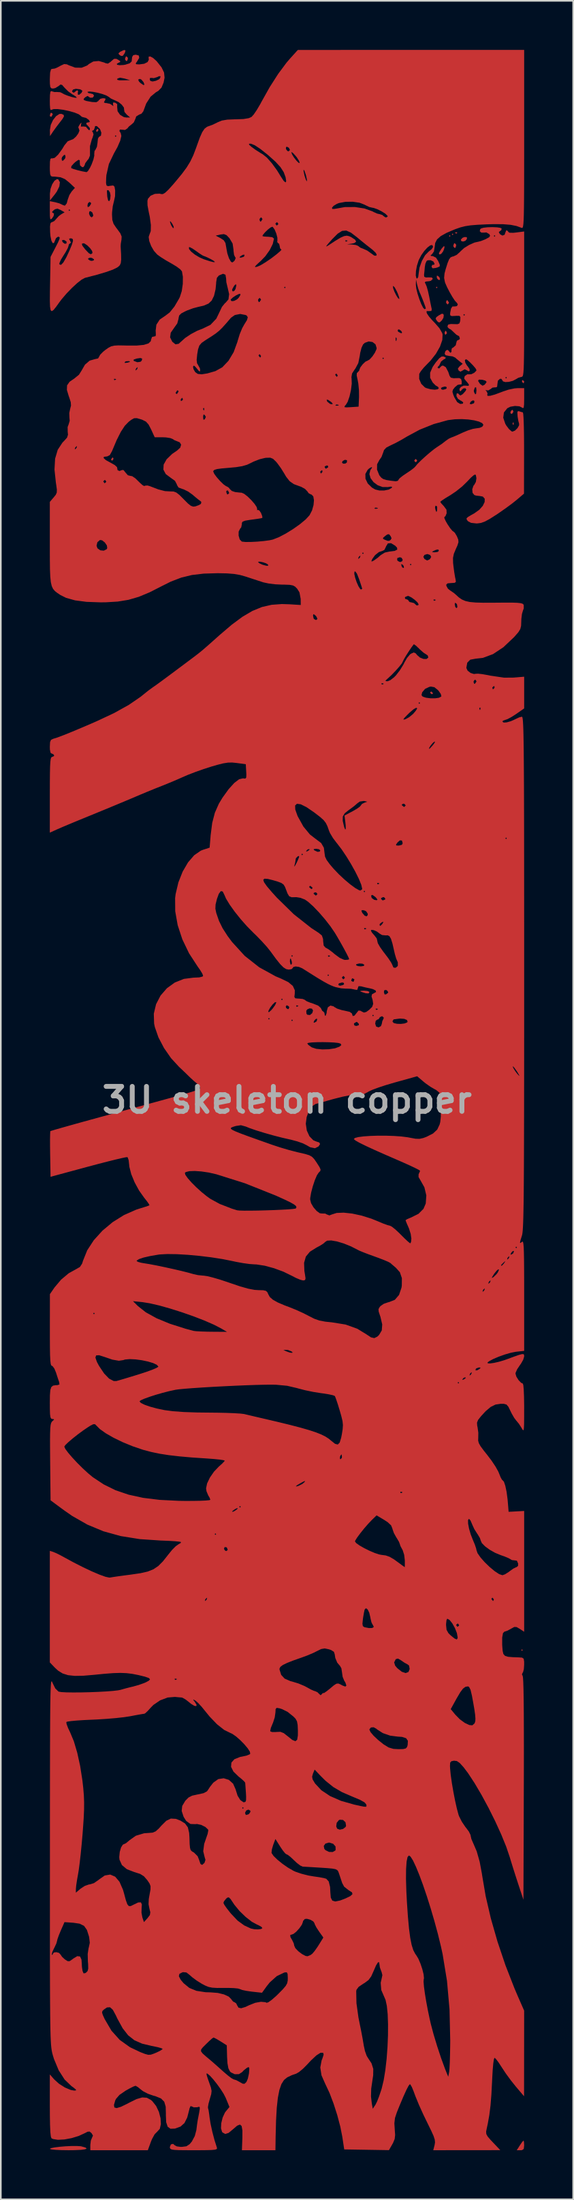
<source format=kicad_pcb>
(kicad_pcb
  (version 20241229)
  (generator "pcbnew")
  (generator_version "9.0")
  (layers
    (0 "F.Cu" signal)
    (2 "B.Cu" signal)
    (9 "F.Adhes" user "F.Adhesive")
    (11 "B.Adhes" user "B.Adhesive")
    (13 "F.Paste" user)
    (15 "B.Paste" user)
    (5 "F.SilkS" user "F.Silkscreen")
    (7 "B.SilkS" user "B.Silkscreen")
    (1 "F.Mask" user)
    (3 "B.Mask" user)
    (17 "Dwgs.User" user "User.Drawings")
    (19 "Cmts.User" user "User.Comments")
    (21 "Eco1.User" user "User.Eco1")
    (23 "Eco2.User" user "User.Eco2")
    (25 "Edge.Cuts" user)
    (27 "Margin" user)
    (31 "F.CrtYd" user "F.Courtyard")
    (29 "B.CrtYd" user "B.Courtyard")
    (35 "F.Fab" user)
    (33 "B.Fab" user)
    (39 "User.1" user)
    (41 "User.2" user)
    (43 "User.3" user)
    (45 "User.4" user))
  (footprint "3U skeleton copper"
    (layer "F.Cu")
    (at 14.514 64.189)
    (property "Reference" "3U skeleton copper" (at 0 0 0) (layer "F.Fab") (effects (font (size 1.524 1.524) (thickness 0.3))))
    (attr board_only exclude_from_pos_files exclude_from_bom)
    (fp_poly (pts (xy 9.204 -49.668) (xy 9.16 -49.619) (xy 9.116 -49.668) (xy 9.16 -49.717)) (stroke (width 0) (type solid)) (fill yes) (layer "F.Cu"))
    (fp_poly (pts (xy 10.001 -52.818) (xy 9.956 -52.769) (xy 9.912 -52.818) (xy 9.956 -52.867)) (stroke (width 0) (type solid)) (fill yes) (layer "F.Cu"))
    (fp_poly (pts (xy 10.178 -52.917) (xy 10.133 -52.867) (xy 10.089 -52.917) (xy 10.133 -52.966)) (stroke (width 0) (type solid)) (fill yes) (layer "F.Cu"))
    (fp_poly (pts (xy 14.426 33.621) (xy 14.382 33.67) (xy 14.337 33.621) (xy 14.382 33.571)) (stroke (width 0) (type solid)) (fill yes) (layer "F.Cu"))
    (fp_poly (pts (xy 10.414 -53.032) (xy 10.402 -52.973) (xy 10.355 -52.966) (xy 10.282 -53.002) (xy 10.296 -53.032) (xy 10.401 -53.043)) (stroke (width 0) (type solid)) (fill yes) (layer "F.Cu"))
    (fp_poly (pts (xy 13.865 -41.414) (xy 13.876 -41.298) (xy 13.865 -41.283) (xy 13.813 -41.297) (xy 13.806 -41.349) (xy 13.839 -41.43)) (stroke (width 0) (type solid)) (fill yes) (layer "F.Cu"))
    (fp_poly (pts (xy 9.737 -47.009) (xy 9.788 -46.891) (xy 9.776 -46.855) (xy 9.69 -46.768) (xy 9.648 -46.867) (xy 9.647 -46.917) (xy 9.69 -47.018)) (stroke (width 0) (type solid)) (fill yes) (layer "F.Cu"))
    (fp_poly (pts (xy 13.817 -42.178) (xy 13.857 -42.07) (xy 13.787 -41.962) (xy 13.715 -41.94) (xy 13.671 -42.012) (xy 13.686 -42.087) (xy 13.77 -42.186)) (stroke (width 0) (type solid)) (fill yes) (layer "F.Cu"))
    (fp_poly (pts (xy -14.34 -60.279) (xy -14.337 -60.257) (xy -14.402 -60.124) (xy -14.426 -60.103) (xy -14.502 -60.126) (xy -14.514 -60.196) (xy -14.468 -60.331) (xy -14.426 -60.35)) (stroke (width 0) (type solid)) (fill yes) (layer "F.Cu"))
    (fp_poly (pts (xy -11.536 -59.305) (xy -11.549 -59.267) (xy -11.629 -59.173) (xy -11.643 -59.168) (xy -11.681 -59.244) (xy -11.682 -59.267) (xy -11.614 -59.361) (xy -11.589 -59.365)) (stroke (width 0) (type solid)) (fill yes) (layer "F.Cu"))
    (fp_poly (pts (xy -10.621 -39.205) (xy -10.62 -39.183) (xy -10.688 -39.088) (xy -10.714 -39.084) (xy -10.767 -39.145) (xy -10.753 -39.183) (xy -10.673 -39.277) (xy -10.659 -39.281)) (stroke (width 0) (type solid)) (fill yes) (layer "F.Cu"))
    (fp_poly (pts (xy -9.745 -63.716) (xy -9.735 -63.648) (xy -9.783 -63.517) (xy -9.824 -63.5) (xy -9.902 -63.58) (xy -9.912 -63.648) (xy -9.864 -63.779) (xy -9.824 -63.795)) (stroke (width 0) (type solid)) (fill yes) (layer "F.Cu"))
    (fp_poly (pts (xy 7.963 -39.108) (xy 7.965 -39.084) (xy 7.898 -38.989) (xy 7.877 -38.986) (xy 7.791 -39.061) (xy 7.788 -39.084) (xy 7.856 -39.18) (xy 7.877 -39.183)) (stroke (width 0) (type solid)) (fill yes) (layer "F.Cu"))
    (fp_poly (pts (xy 8.85 -24.957) (xy 8.935 -24.869) (xy 8.939 -24.853) (xy 8.87 -24.81) (xy 8.85 -24.809) (xy 8.765 -24.885) (xy 8.762 -24.914) (xy 8.816 -24.972)) (stroke (width 0) (type solid)) (fill yes) (layer "F.Cu"))
    (fp_poly (pts (xy 9.327 -50.293) (xy 9.368 -50.175) (xy 9.316 -50.111) (xy 9.31 -50.111) (xy 9.207 -50.19) (xy 9.169 -50.267) (xy 9.167 -50.382) (xy 9.221 -50.384)) (stroke (width 0) (type solid)) (fill yes) (layer "F.Cu"))
    (fp_poly (pts (xy 9.824 -48.88) (xy 9.909 -48.754) (xy 9.912 -48.727) (xy 9.845 -48.637) (xy 9.824 -48.634) (xy 9.746 -48.714) (xy 9.735 -48.788) (xy 9.778 -48.889)) (stroke (width 0) (type solid)) (fill yes) (layer "F.Cu"))
    (fp_poly (pts (xy 10.345 -52.295) (xy 10.355 -52.228) (xy 10.307 -52.097) (xy 10.266 -52.08) (xy 10.188 -52.16) (xy 10.178 -52.228) (xy 10.225 -52.359) (xy 10.266 -52.375)) (stroke (width 0) (type solid)) (fill yes) (layer "F.Cu"))
    (fp_poly (pts (xy 14.511 -43.936) (xy 14.514 -43.909) (xy 14.484 -43.813) (xy 14.475 -43.81) (xy 14.4 -43.879) (xy 14.382 -43.909) (xy 14.389 -43.999) (xy 14.421 -44.007)) (stroke (width 0) (type solid)) (fill yes) (layer "F.Cu"))
    (fp_poly (pts (xy 11.008 -52.742) (xy 11.009 -52.63) (xy 11.009 -52.628) (xy 10.915 -52.519) (xy 10.776 -52.475) (xy 10.663 -52.503) (xy 10.642 -52.597) (xy 10.749 -52.708) (xy 10.87 -52.751)) (stroke (width 0) (type solid)) (fill yes) (layer "F.Cu"))
    (fp_poly (pts (xy -9.883 -64.16) (xy -9.92 -64.015) (xy -9.933 -63.992) (xy -10.043 -63.83) (xy -10.147 -63.818) (xy -10.256 -63.885) (xy -10.319 -63.968) (xy -10.231 -64.058) (xy -10.195 -64.08) (xy -9.977 -64.182)) (stroke (width 0) (type solid)) (fill yes) (layer "F.Cu"))
    (fp_poly (pts (xy 4.926 -6.668) (xy 5.039 -6.614) (xy 5.045 -6.596) (xy 4.99 -6.517) (xy 4.811 -6.531) (xy 4.602 -6.596) (xy 4.479 -6.647) (xy 4.501 -6.672) (xy 4.684 -6.684) (xy 4.713 -6.685)) (stroke (width 0) (type solid)) (fill yes) (layer "F.Cu"))
    (fp_poly (pts (xy -13.998 -56.274) (xy -13.9 -56.104) (xy -13.932 -55.845) (xy -14.085 -55.532) (xy -14.201 -55.37) (xy -14.507 -54.984) (xy -14.511 -55.397) (xy -14.472 -55.696) (xy -14.369 -55.977) (xy -14.23 -56.191) (xy -14.082 -56.291)) (stroke (width 0) (type solid)) (fill yes) (layer "F.Cu"))
    (fp_poly (pts (xy 9.56 -48.05) (xy 9.594 -47.983) (xy 9.574 -47.815) (xy 9.475 -47.655) (xy 9.343 -47.531) (xy 9.25 -47.549) (xy 9.172 -47.634) (xy 9.096 -47.758) (xy 9.139 -47.854) (xy 9.291 -47.962) (xy 9.471 -48.061)) (stroke (width 0) (type solid)) (fill yes) (layer "F.Cu"))
    (fp_poly (pts (xy 9.646 -52.166) (xy 9.61 -52.005) (xy 9.555 -51.876) (xy 9.45 -51.735) (xy 9.343 -51.68) (xy 9.293 -51.743) (xy 9.293 -51.744) (xy 9.342 -51.854) (xy 9.462 -52.042) (xy 9.47 -52.053) (xy 9.595 -52.19)) (stroke (width 0) (type solid)) (fill yes) (layer "F.Cu"))
    (fp_poly (pts (xy 14.503 63.684) (xy 14.514 63.891) (xy 14.514 63.894) (xy 14.491 64.105) (xy 14.389 64.182) (xy 14.287 64.189) (xy 14.06 64.189) (xy 14.249 63.894) (xy 14.381 63.701) (xy 14.468 63.602) (xy 14.476 63.598)) (stroke (width 0) (type solid)) (fill yes) (layer "F.Cu"))
    (fp_poly (pts (xy -13.669 -60.219) (xy -13.648 -60.126) (xy -13.746 -59.959) (xy -13.873 -59.796) (xy -14.088 -59.516) (xy -14.292 -59.235) (xy -14.31 -59.208) (xy -14.504 -58.922) (xy -14.509 -59.294) (xy -14.458 -59.603) (xy -14.319 -59.902) (xy -14.13 -60.143) (xy -13.925 -60.274) (xy -13.801 -60.278)) (stroke (width 0) (type solid)) (fill yes) (layer "F.Cu"))
    (fp_poly (pts (xy -12.63 63.946) (xy -12.58 63.955) (xy -12.334 64.025) (xy -12.26 64.084) (xy -12.352 64.132) (xy -12.604 64.166) (xy -13.011 64.185) (xy -13.359 64.189) (xy -13.788 64.183) (xy -14.144 64.167) (xy -14.396 64.142) (xy -14.511 64.112) (xy -14.514 64.105) (xy -14.433 64.06) (xy -14.217 64.017) (xy -13.911 63.979) (xy -13.556 63.949) (xy -13.195 63.932) (xy -12.872 63.93)) (stroke (width 0) (type solid)) (fill yes) (layer "F.Cu"))
    (fp_poly (pts (xy -9.069 -63.845) (xy -9.043 -63.705) (xy -9.172 -63.485) (xy -9.174 -63.483) (xy -9.26 -63.36) (xy -9.221 -63.312) (xy -9.035 -63.303) (xy -8.736 -63.343) (xy -8.531 -63.447) (xy -8.455 -63.594) (xy -8.465 -63.649) (xy -8.467 -63.776) (xy -8.366 -63.788) (xy -8.196 -63.697) (xy -7.992 -63.514) (xy -7.969 -63.49) (xy -7.676 -63.121) (xy -7.523 -62.803) (xy -7.493 -62.489) (xy -7.552 -62.194) (xy -7.68 -61.884) (xy -7.874 -61.685) (xy -8.026 -61.596) (xy -8.346 -61.331) (xy -8.616 -60.912) (xy -8.795 -60.431) (xy -8.909 -60.289) (xy -9.044 -60.234) (xy -9.226 -60.124) (xy -9.277 -59.98) (xy -9.373 -59.762) (xy -9.498 -59.646) (xy -9.681 -59.501) (xy -9.766 -59.392) (xy -9.912 -59.295) (xy -10.054 -59.309) (xy -10.227 -59.319) (xy -10.257 -59.228) (xy -10.177 -59.108) (xy -10.137 -58.931) (xy -10.209 -58.632) (xy -10.382 -58.236) (xy -10.586 -57.872) (xy -10.9 -57.215) (xy -11.052 -56.541) (xy -11.066 -56.362) (xy -11.075 -56.054) (xy -11.045 -55.901) (xy -10.954 -55.859) (xy -10.808 -55.883) (xy -10.638 -55.903) (xy -10.557 -55.83) (xy -10.519 -55.614) (xy -10.516 -55.583) (xy -10.523 -55.245) (xy -10.592 -54.926) (xy -10.594 -54.922) (xy -10.663 -54.635) (xy -10.704 -54.271) (xy -10.709 -54.123) (xy -10.691 -53.799) (xy -10.615 -53.559) (xy -10.446 -53.308) (xy -10.39 -53.238) (xy -10.199 -52.976) (xy -10.12 -52.781) (xy -10.13 -52.59) (xy -10.131 -52.586) (xy -10.172 -52.335) (xy -10.18 -52.178) (xy -10.153 -51.697) (xy -10.148 -51.371) (xy -10.171 -51.162) (xy -10.229 -51.03) (xy -10.329 -50.933) (xy -10.406 -50.881) (xy -10.659 -50.758) (xy -11.074 -50.611) (xy -11.635 -50.445) (xy -12.329 -50.264) (xy -12.364 -50.256) (xy -12.564 -50.151) (xy -12.843 -49.933) (xy -13.165 -49.636) (xy -13.494 -49.296) (xy -13.793 -48.946) (xy -13.939 -48.752) (xy -14.143 -48.468) (xy -14.294 -48.285) (xy -14.399 -48.218) (xy -14.465 -48.281) (xy -14.501 -48.489) (xy -14.513 -48.855) (xy -14.509 -49.395) (xy -14.501 -49.839) (xy -14.478 -51.082) (xy -13.932 -51.082) (xy -13.834 -51.045) (xy -13.69 -51.192) (xy -13.575 -51.391) (xy -12.169 -51.391) (xy -12.045 -51.309) (xy -11.937 -51.292) (xy -11.818 -51.331) (xy -11.815 -51.391) (xy -11.939 -51.473) (xy -12.047 -51.489) (xy -12.166 -51.45) (xy -12.169 -51.391) (xy -13.575 -51.391) (xy -13.501 -51.52) (xy -13.325 -51.898) (xy -13.17 -52.269) (xy -13.148 -52.34) (xy -12.555 -52.34) (xy -12.524 -52.224) (xy -12.359 -52.008) (xy -12.324 -51.968) (xy -12.128 -51.763) (xy -12.006 -51.697) (xy -11.922 -51.754) (xy -11.904 -51.784) (xy -11.929 -51.902) (xy -12.052 -52.072) (xy -12.222 -52.241) (xy -12.389 -52.353) (xy -12.457 -52.372) (xy -12.555 -52.34) (xy -13.148 -52.34) (xy -13.098 -52.499) (xy -13.106 -52.621) (xy -13.19 -52.667) (xy -13.257 -52.671) (xy -13.338 -52.643) (xy -13.282 -52.532) (xy -13.275 -52.523) (xy -13.216 -52.401) (xy -13.264 -52.375) (xy -13.353 -52.296) (xy -13.364 -52.228) (xy -13.415 -52.074) (xy -13.546 -51.829) (xy -13.674 -51.629) (xy -13.833 -51.37) (xy -13.924 -51.167) (xy -13.932 -51.082) (xy -14.478 -51.082) (xy -14.47 -51.538) (xy -14.182 -52.092) (xy -14.011 -52.428) (xy -13.961 -52.545) (xy -13.779 -52.545) (xy -13.726 -52.436) (xy -13.719 -52.426) (xy -13.599 -52.338) (xy -13.499 -52.353) (xy -13.488 -52.454) (xy -13.5 -52.48) (xy -13.624 -52.563) (xy -13.69 -52.572) (xy -13.779 -52.545) (xy -13.961 -52.545) (xy -13.924 -52.63) (xy -13.911 -52.732) (xy -13.966 -52.766) (xy -14.017 -52.769) (xy -14.134 -52.686) (xy -14.188 -52.562) (xy -14.261 -52.385) (xy -14.343 -52.382) (xy -14.419 -52.529) (xy -14.476 -52.805) (xy -14.496 -53.048) (xy -14.503 -53.392) (xy -14.48 -53.58) (xy -14.421 -53.651) (xy -14.391 -53.655) (xy -14.238 -53.729) (xy -14.143 -53.836) (xy -13.973 -54.026) (xy -13.819 -54.141) (xy -13.757 -54.177) (xy -12.115 -54.177) (xy -12.049 -54.021) (xy -11.951 -53.95) (xy -11.869 -54.03) (xy -11.859 -54.092) (xy -11.911 -54.248) (xy -12.019 -54.332) (xy -12.097 -54.309) (xy -12.115 -54.177) (xy -13.757 -54.177) (xy -13.611 -54.264) (xy -13.836 -54.393) (xy -13.364 -54.393) (xy -13.32 -54.344) (xy -13.275 -54.393) (xy -13.32 -54.443) (xy -13.364 -54.393) (xy -13.836 -54.393) (xy -13.85 -54.401) (xy -14.043 -54.486) (xy -14.19 -54.453) (xy -14.277 -54.392) (xy -14.379 -54.287) (xy -14.357 -54.246) (xy -14.259 -54.184) (xy -14.282 -54.034) (xy -14.382 -53.887) (xy -14.454 -53.827) (xy -14.494 -53.872) (xy -14.511 -54.056) (xy -14.514 -54.342) (xy -14.514 -54.944) (xy -14.182 -54.877) (xy -13.936 -54.81) (xy -13.761 -54.73) (xy -13.744 -54.717) (xy -13.594 -54.666) (xy -13.59 -54.671) (xy -12.213 -54.671) (xy -12.189 -54.571) (xy -12.091 -54.63) (xy -12.081 -54.639) (xy -11.994 -54.778) (xy -11.999 -54.849) (xy -12.092 -54.898) (xy -12.182 -54.81) (xy -12.213 -54.671) (xy -13.59 -54.671) (xy -13.481 -54.807) (xy -13.422 -55.028) (xy -13.318 -55.32) (xy -13.201 -55.499) (xy -11.018 -55.499) (xy -11.003 -55.268) (xy -10.995 -55.195) (xy -10.944 -54.979) (xy -10.877 -54.94) (xy -10.82 -55.066) (xy -10.799 -55.298) (xy -10.836 -55.478) (xy -10.919 -55.607) (xy -11.005 -55.617) (xy -11.012 -55.609) (xy -11.018 -55.499) (xy -13.201 -55.499) (xy -13.175 -55.539) (xy -12.98 -55.756) (xy -13.327 -56.082) (xy -13.591 -56.292) (xy -13.864 -56.405) (xy -14.216 -56.444) (xy -14.359 -56.446) (xy -14.447 -56.476) (xy -14.495 -56.595) (xy -14.513 -56.846) (xy -14.514 -56.97) (xy -13.208 -56.97) (xy -13.198 -56.961) (xy -13.062 -56.906) (xy -12.822 -56.837) (xy -12.546 -56.77) (xy -12.306 -56.725) (xy -12.257 -56.719) (xy -12.173 -56.795) (xy -12.049 -57) (xy -11.957 -57.191) (xy -11.847 -57.487) (xy -11.793 -57.728) (xy -11.797 -57.822) (xy -11.781 -58.004) (xy -11.721 -58.09) (xy -11.633 -58.264) (xy -11.594 -58.526) (xy -11.594 -58.54) (xy -11.57 -58.763) (xy -11.512 -58.871) (xy -11.502 -58.873) (xy -11.426 -58.922) (xy -10.532 -58.922) (xy -10.487 -58.873) (xy -10.443 -58.922) (xy -10.487 -58.971) (xy -10.532 -58.922) (xy -11.426 -58.922) (xy -11.387 -58.947) (xy -11.361 -59.122) (xy -11.432 -59.324) (xy -11.464 -59.369) (xy -11.636 -59.534) (xy -11.743 -59.534) (xy -11.771 -59.414) (xy -11.828 -59.284) (xy -11.877 -59.267) (xy -11.936 -59.233) (xy -11.884 -59.157) (xy -11.84 -59.021) (xy -11.909 -58.8) (xy -11.939 -58.738) (xy -12.057 -58.308) (xy -12.057 -58.034) (xy -12.057 -57.73) (xy -12.141 -57.528) (xy -12.206 -57.453) (xy -12.343 -57.269) (xy -12.39 -57.128) (xy -12.459 -57.025) (xy -12.545 -57.024) (xy -12.667 -57.137) (xy -12.679 -57.277) (xy -12.684 -57.444) (xy -12.759 -57.472) (xy -12.925 -57.36) (xy -13.041 -57.257) (xy -13.196 -57.081) (xy -13.208 -56.97) (xy -14.514 -56.97) (xy -14.514 -57.03) (xy -14.507 -57.356) (xy -14.479 -57.523) (xy -14.445 -57.549) (xy -13.793 -57.549) (xy -13.773 -57.419) (xy -13.704 -57.418) (xy -13.587 -57.542) (xy -13.554 -57.637) (xy -13.574 -57.767) (xy -13.643 -57.768) (xy -13.76 -57.644) (xy -13.793 -57.549) (xy -14.445 -57.549) (xy -14.421 -57.567) (xy -14.377 -57.555) (xy -14.218 -57.589) (xy -14.006 -57.789) (xy -13.753 -58.138) (xy -13.622 -58.356) (xy -13.422 -58.602) (xy -13.24 -58.676) (xy -13.08 -58.738) (xy -12.911 -58.89) (xy -12.773 -59.079) (xy -12.703 -59.254) (xy -12.734 -59.358) (xy -12.774 -59.467) (xy -12.693 -59.617) (xy -12.595 -59.741) (xy -12.582 -59.712) (xy -12.604 -59.629) (xy -12.612 -59.501) (xy -12.499 -59.506) (xy -12.485 -59.511) (xy -12.304 -59.492) (xy -12.226 -59.395) (xy -12.127 -59.287) (xy -12.065 -59.3) (xy -12.067 -59.412) (xy -12.147 -59.507) (xy -12.285 -59.656) (xy -12.262 -59.742) (xy -12.158 -59.759) (xy -12.064 -59.785) (xy -12.114 -59.892) (xy -12.125 -59.907) (xy -12.297 -60.033) (xy -12.396 -60.054) (xy -12.56 -60.1) (xy -12.609 -60.149) (xy -12.744 -60.254) (xy -13.003 -60.359) (xy -13.337 -60.454) (xy -13.694 -60.528) (xy -14.025 -60.571) (xy -14.28 -60.571) (xy -14.397 -60.532) (xy -14.46 -60.508) (xy -14.496 -60.601) (xy -14.512 -60.841) (xy -14.514 -61.082) (xy -14.512 -61.195) (xy -12.445 -61.195) (xy -12.43 -61.125) (xy -12.285 -61.07) (xy -11.988 -61.014) (xy -11.921 -61.003) (xy -11.672 -60.991) (xy -11.55 -61.061) (xy -11.535 -61.093) (xy -11.419 -61.202) (xy -11.264 -61.236) (xy -11.114 -61.218) (xy -11.114 -61.143) (xy -11.151 -61.088) (xy -11.206 -60.979) (xy -11.119 -60.942) (xy -11.047 -60.94) (xy -10.829 -60.892) (xy -10.713 -60.817) (xy -10.629 -60.749) (xy -10.64 -60.84) (xy -10.645 -60.855) (xy -10.647 -60.971) (xy -10.523 -60.966) (xy -10.519 -60.965) (xy -10.391 -60.875) (xy -10.393 -60.685) (xy -10.368 -60.439) (xy -10.215 -60.22) (xy -9.981 -60.08) (xy -9.829 -60.056) (xy -9.602 -60.059) (xy -9.814 -60.24) (xy -9.946 -60.398) (xy -9.968 -60.526) (xy -9.967 -60.527) (xy -9.982 -60.664) (xy -10.111 -60.838) (xy -10.307 -61) (xy -10.525 -61.104) (xy -10.53 -61.105) (xy -10.773 -61.215) (xy -10.917 -61.323) (xy -11.064 -61.408) (xy -11.304 -61.494) (xy -11.588 -61.57) (xy -11.866 -61.624) (xy -12.088 -61.647) (xy -12.206 -61.626) (xy -12.213 -61.61) (xy -12.139 -61.545) (xy -12.041 -61.531) (xy -11.87 -61.485) (xy -11.807 -61.385) (xy -11.881 -61.283) (xy -11.907 -61.27) (xy -12.062 -61.27) (xy -12.117 -61.32) (xy -12.211 -61.374) (xy -12.351 -61.292) (xy -12.445 -61.195) (xy -14.512 -61.195) (xy -14.506 -61.44) (xy -14.479 -61.628) (xy -14.427 -61.674) (xy -14.404 -61.663) (xy -14.232 -61.613) (xy -14.089 -61.616) (xy -13.883 -61.603) (xy -13.779 -61.556) (xy -13.634 -61.475) (xy -13.408 -61.386) (xy -13.162 -61.308) (xy -12.96 -61.262) (xy -12.865 -61.265) (xy -12.91 -61.33) (xy -13.069 -61.436) (xy -13.118 -61.462) (xy -13.385 -61.649) (xy -13.406 -61.67) (xy -13.154 -61.67) (xy -13.138 -61.622) (xy -13.05 -61.567) (xy -12.982 -61.621) (xy -12.848 -61.721) (xy -12.785 -61.681) (xy -12.801 -61.58) (xy -12.802 -61.455) (xy -12.712 -61.449) (xy -12.579 -61.564) (xy -12.57 -61.576) (xy -12.521 -61.689) (xy -12.614 -61.759) (xy -12.692 -61.784) (xy -12.923 -61.811) (xy -13.093 -61.767) (xy -13.154 -61.67) (xy -13.406 -61.67) (xy -13.615 -61.878) (xy -13.76 -62.045) (xy -13.86 -62.073) (xy -13.974 -61.983) (xy -14.18 -61.856) (xy -14.322 -61.826) (xy -14.429 -61.844) (xy -14.487 -61.927) (xy -14.51 -62.122) (xy -14.514 -62.362) (xy -10.393 -62.362) (xy -10.266 -62.331) (xy -10.041 -62.329) (xy -9.602 -62.339) (xy -9.721 -62.374) (xy -9.108 -62.374) (xy -9.059 -62.256) (xy -8.961 -62.16) (xy -8.787 -62.041) (xy -8.722 -62.06) (xy -8.778 -62.213) (xy -8.782 -62.22) (xy -8.9 -62.361) (xy -8.398 -62.361) (xy -8.35 -62.288) (xy -8.223 -62.259) (xy -8.025 -62.3) (xy -7.842 -62.385) (xy -7.771 -62.454) (xy -7.735 -62.578) (xy -7.83 -62.584) (xy -7.951 -62.524) (xy -8.152 -62.463) (xy -8.269 -62.477) (xy -8.388 -62.472) (xy -8.398 -62.361) (xy -8.9 -62.361) (xy -8.912 -62.375) (xy -9.004 -62.417) (xy -9.108 -62.374) (xy -9.721 -62.374) (xy -9.942 -62.439) (xy -10.212 -62.49) (xy -10.367 -62.442) (xy -10.38 -62.429) (xy -10.393 -62.362) (xy -14.514 -62.362) (xy -14.514 -62.417) (xy -14.497 -62.799) (xy -14.444 -62.994) (xy -14.404 -63.023) (xy -14.23 -63.048) (xy -14.205 -63.052) (xy -14.071 -63.106) (xy -13.867 -63.215) (xy -13.852 -63.225) (xy -13.639 -63.323) (xy -13.469 -63.307) (xy -13.365 -63.255) (xy -12.963 -63.105) (xy -12.567 -63.099) (xy -12.228 -63.236) (xy -12.125 -63.324) (xy -11.857 -63.48) (xy -11.517 -63.511) (xy -11.172 -63.412) (xy -11.121 -63.383) (xy -10.964 -63.348) (xy -10.793 -63.459) (xy -10.753 -63.5) (xy -10.588 -63.64) (xy -10.447 -63.644) (xy -10.343 -63.591) (xy -10.205 -63.498) (xy -10.217 -63.443) (xy -10.307 -63.403) (xy -10.421 -63.332) (xy -10.39 -63.279) (xy -10.244 -63.254) (xy -10.015 -63.266) (xy -9.903 -63.284) (xy -9.632 -63.367) (xy -9.51 -63.48) (xy -9.505 -63.503) (xy -9.477 -63.756) (xy -9.409 -63.867) (xy -9.264 -63.894) (xy -9.248 -63.894)) (stroke (width 0) (type solid)) (fill yes) (layer "F.Cu"))
    (fp_poly (pts (xy 14.514 -58.715) (xy 14.514 -57.537) (xy 14.513 -56.542) (xy 14.511 -55.714) (xy 14.507 -55.038) (xy 14.501 -54.499) (xy 14.493 -54.082) (xy 14.481 -53.772) (xy 14.467 -53.554) (xy 14.448 -53.414) (xy 14.426 -53.337) (xy 14.399 -53.306) (xy 14.366 -53.308) (xy 14.359 -53.311) (xy 14.052 -53.424) (xy 13.687 -53.497) (xy 13.233 -53.534) (xy 12.657 -53.539) (xy 12.213 -53.526) (xy 11.662 -53.5) (xy 11.242 -53.466) (xy 10.908 -53.415) (xy 10.613 -53.341) (xy 10.314 -53.237) (xy 10.271 -53.221) (xy 9.761 -53.004) (xy 9.406 -52.805) (xy 9.182 -52.605) (xy 9.069 -52.386) (xy 9.045 -52.189) (xy 8.993 -51.873) (xy 8.886 -51.717) (xy 8.782 -51.619) (xy 8.835 -51.589) (xy 8.919 -51.588) (xy 9.117 -51.492) (xy 9.253 -51.283) (xy 9.349 -51.062) (xy 9.343 -50.954) (xy 9.211 -50.893) (xy 9.094 -50.861) (xy 8.914 -50.839) (xy 8.852 -50.918) (xy 8.85 -50.952) (xy 8.893 -51.055) (xy 8.939 -51.046) (xy 9.016 -51.066) (xy 9.027 -51.127) (xy 8.953 -51.258) (xy 8.787 -51.335) (xy 8.611 -51.33) (xy 8.543 -51.286) (xy 8.469 -51.119) (xy 8.434 -50.92) (xy 8.409 -50.638) (xy 8.388 -50.455) (xy 8.398 -50.323) (xy 8.504 -50.279) (xy 8.659 -50.285) (xy 8.866 -50.278) (xy 8.921 -50.203) (xy 8.917 -50.186) (xy 8.808 -50.077) (xy 8.71 -50.052) (xy 8.498 -50.03) (xy 8.431 -49.984) (xy 8.477 -49.89) (xy 8.481 -49.885) (xy 8.548 -49.727) (xy 8.629 -49.44) (xy 8.699 -49.122) (xy 8.768 -48.772) (xy 8.827 -48.486) (xy 8.859 -48.339) (xy 8.836 -48.231) (xy 8.689 -48.223) (xy 8.545 -48.226) (xy 8.543 -48.136) (xy 8.576 -48.061) (xy 8.692 -47.891) (xy 8.895 -47.656) (xy 9.07 -47.475) (xy 9.334 -47.17) (xy 9.495 -46.886) (xy 9.522 -46.791) (xy 9.504 -46.455) (xy 9.362 -46.049) (xy 9.115 -45.616) (xy 8.787 -45.198) (xy 8.622 -45.03) (xy 8.376 -44.776) (xy 8.186 -44.544) (xy 8.093 -44.385) (xy 8.089 -44.079) (xy 8.216 -43.78) (xy 8.438 -43.56) (xy 8.518 -43.521) (xy 8.789 -43.445) (xy 9.044 -43.42) (xy 9.229 -43.446) (xy 9.293 -43.515) (xy 9.425 -43.515) (xy 9.452 -43.437) (xy 9.548 -43.416) (xy 9.719 -43.46) (xy 9.779 -43.515) (xy 9.753 -43.593) (xy 9.657 -43.613) (xy 9.486 -43.569) (xy 9.425 -43.515) (xy 9.293 -43.515) (xy 9.228 -43.61) (xy 9.208 -43.613) (xy 9.095 -43.679) (xy 8.934 -43.841) (xy 8.914 -43.864) (xy 8.761 -44.145) (xy 8.759 -44.454) (xy 8.913 -44.811) (xy 9.108 -45.092) (xy 9.318 -45.34) (xy 9.469 -45.45) (xy 9.597 -45.447) (xy 9.609 -45.441) (xy 9.722 -45.378) (xy 9.686 -45.319) (xy 9.58 -45.261) (xy 9.428 -45.138) (xy 9.381 -45.034) (xy 9.311 -44.89) (xy 9.271 -44.865) (xy 9.213 -44.779) (xy 9.238 -44.734) (xy 9.33 -44.722) (xy 9.356 -44.77) (xy 9.467 -44.876) (xy 9.551 -44.893) (xy 9.718 -44.795) (xy 9.872 -44.501) (xy 9.947 -44.273) (xy 10.028 -44.154) (xy 10.207 -44.119) (xy 10.331 -44.126) (xy 10.553 -44.129) (xy 10.657 -44.065) (xy 10.694 -43.919) (xy 10.69 -43.751) (xy 10.602 -43.736) (xy 10.593 -43.74) (xy 10.444 -43.714) (xy 10.27 -43.568) (xy 10.154 -43.417) (xy 10.124 -43.289) (xy 10.178 -43.107) (xy 10.239 -42.96) (xy 10.416 -42.661) (xy 10.598 -42.548) (xy 10.721 -42.561) (xy 11.178 -42.561) (xy 11.258 -42.53) (xy 11.268 -42.53) (xy 11.421 -42.582) (xy 11.457 -42.622) (xy 11.469 -42.737) (xy 11.38 -42.769) (xy 11.259 -42.701) (xy 11.239 -42.677) (xy 11.178 -42.561) (xy 10.721 -42.561) (xy 10.762 -42.565) (xy 10.784 -42.65) (xy 10.659 -42.743) (xy 10.621 -42.756) (xy 10.46 -42.864) (xy 10.368 -43.033) (xy 10.384 -43.185) (xy 10.393 -43.196) (xy 10.482 -43.188) (xy 10.525 -43.133) (xy 10.606 -43.063) (xy 10.733 -43.134) (xy 10.786 -43.182) (xy 10.924 -43.338) (xy 10.936 -43.362) (xy 11.433 -43.362) (xy 11.446 -43.275) (xy 11.522 -43.133) (xy 11.575 -43.178) (xy 11.594 -43.387) (xy 11.576 -43.561) (xy 11.514 -43.562) (xy 11.493 -43.541) (xy 11.433 -43.362) (xy 10.936 -43.362) (xy 10.974 -43.438) (xy 10.913 -43.511) (xy 10.789 -43.496) (xy 10.69 -43.408) (xy 10.684 -43.392) (xy 10.609 -43.321) (xy 10.575 -43.34) (xy 10.55 -43.463) (xy 10.643 -43.587) (xy 10.803 -43.667) (xy 10.946 -43.667) (xy 11.113 -43.653) (xy 11.133 -43.736) (xy 11.005 -43.904) (xy 10.967 -43.941) (xy 10.955 -43.956) (xy 11.694 -43.956) (xy 11.804 -43.788) (xy 11.824 -43.764) (xy 11.966 -43.663) (xy 12.09 -43.72) (xy 12.196 -43.854) (xy 12.213 -43.909) (xy 12.136 -43.975) (xy 11.951 -44.027) (xy 11.948 -44.028) (xy 11.741 -44.035) (xy 11.694 -43.956) (xy 10.955 -43.956) (xy 10.846 -44.092) (xy 10.855 -44.155) (xy 13.364 -44.155) (xy 13.408 -44.105) (xy 13.452 -44.155) (xy 13.408 -44.204) (xy 13.364 -44.155) (xy 10.855 -44.155) (xy 10.864 -44.219) (xy 10.893 -44.263) (xy 11.039 -44.362) (xy 11.125 -44.358) (xy 11.279 -44.365) (xy 11.458 -44.452) (xy 11.58 -44.573) (xy 11.594 -44.623) (xy 11.533 -44.731) (xy 11.384 -44.906) (xy 11.202 -45.092) (xy 11.038 -45.236) (xy 10.952 -45.284) (xy 10.885 -45.223) (xy 10.913 -45.071) (xy 11.019 -44.892) (xy 11.061 -44.846) (xy 11.168 -44.687) (xy 11.179 -44.569) (xy 11.104 -44.543) (xy 11.011 -44.605) (xy 10.87 -44.668) (xy 10.749 -44.594) (xy 10.612 -44.519) (xy 10.506 -44.589) (xy 10.456 -44.708) (xy 10.552 -44.836) (xy 10.576 -44.857) (xy 10.753 -45.004) (xy 10.576 -45.142) (xy 10.391 -45.294) (xy 10.292 -45.382) (xy 10.131 -45.456) (xy 9.916 -45.484) (xy 9.705 -45.526) (xy 9.647 -45.626) (xy 9.694 -45.777) (xy 9.794 -45.857) (xy 9.881 -45.823) (xy 9.892 -45.797) (xy 9.986 -45.687) (xy 10.018 -45.681) (xy 10.072 -45.752) (xy 10.061 -45.819) (xy 10.091 -45.953) (xy 10.184 -46.006) (xy 10.327 -46.136) (xy 10.355 -46.262) (xy 10.398 -46.416) (xy 10.465 -46.444) (xy 10.562 -46.499) (xy 10.576 -46.567) (xy 10.528 -46.698) (xy 10.487 -46.714) (xy 10.368 -46.778) (xy 10.203 -46.932) (xy 10.2 -46.936) (xy 10.035 -47.091) (xy 9.914 -47.157) (xy 9.912 -47.157) (xy 9.834 -47.237) (xy 9.824 -47.307) (xy 9.868 -47.402) (xy 10.026 -47.435) (xy 10.2 -47.43) (xy 10.437 -47.424) (xy 10.552 -47.472) (xy 10.596 -47.607) (xy 10.605 -47.683) (xy 10.611 -47.863) (xy 10.548 -47.935) (xy 10.369 -47.936) (xy 10.295 -47.929) (xy 10.076 -47.92) (xy 9.987 -47.969) (xy 9.986 -47.994) (xy 10.797 -47.994) (xy 10.841 -47.945) (xy 10.886 -47.994) (xy 10.841 -48.043) (xy 10.797 -47.994) (xy 9.986 -47.994) (xy 9.983 -48.093) (xy 10.039 -48.38) (xy 10.124 -48.506) (xy 10.261 -48.509) (xy 10.267 -48.507) (xy 10.402 -48.529) (xy 10.454 -48.635) (xy 10.389 -48.742) (xy 10.377 -48.749) (xy 10.274 -48.86) (xy 10.121 -49.091) (xy 9.951 -49.386) (xy 9.794 -49.689) (xy 9.683 -49.944) (xy 9.666 -49.992) (xy 9.615 -50.25) (xy 9.641 -50.525) (xy 9.707 -50.776) (xy 9.825 -51.154) (xy 9.918 -51.384) (xy 10.008 -51.504) (xy 10.12 -51.556) (xy 10.187 -51.568) (xy 10.385 -51.66) (xy 10.594 -51.847) (xy 10.621 -51.88) (xy 10.839 -52.078) (xy 11.15 -52.269) (xy 11.476 -52.414) (xy 11.738 -52.472) (xy 11.878 -52.509) (xy 12.103 -52.598) (xy 12.165 -52.626) (xy 12.368 -52.735) (xy 12.425 -52.818) (xy 12.656 -52.818) (xy 12.7 -52.769) (xy 12.744 -52.818) (xy 12.7 -52.867) (xy 12.656 -52.818) (xy 12.425 -52.818) (xy 12.43 -52.825) (xy 12.382 -52.928) (xy 12.2 -53.032) (xy 12.07 -53.021) (xy 11.892 -53.022) (xy 11.797 -53.107) (xy 11.822 -53.227) (xy 11.87 -53.271) (xy 12.023 -53.319) (xy 12.277 -53.348) (xy 12.573 -53.356) (xy 12.854 -53.344) (xy 13.062 -53.311) (xy 13.137 -53.272) (xy 13.112 -53.168) (xy 13.049 -53.125) (xy 12.961 -53.053) (xy 13.024 -52.934) (xy 13.027 -52.93) (xy 13.182 -52.839) (xy 13.317 -52.889) (xy 13.364 -53.026) (xy 13.415 -53.15) (xy 13.452 -53.163) (xy 13.538 -53.088) (xy 13.541 -53.063) (xy 13.623 -53.013) (xy 13.857 -53.01) (xy 14.028 -53.028) (xy 14.514 -53.091) (xy 14.514 -48.648) (xy 14.514 -47.596) (xy 14.513 -46.724) (xy 14.51 -46.015) (xy 14.504 -45.453) (xy 14.496 -45.02) (xy 14.485 -44.7) (xy 14.469 -44.476) (xy 14.449 -44.331) (xy 14.424 -44.249) (xy 14.393 -44.212) (xy 14.357 -44.204) (xy 14.16 -44.149) (xy 14.025 -44.069) (xy 13.821 -43.961) (xy 13.579 -43.898) (xy 13.358 -43.886) (xy 13.213 -43.931) (xy 13.187 -43.985) (xy 13.118 -44.083) (xy 13.032 -44.085) (xy 12.906 -43.967) (xy 12.88 -43.783) (xy 12.858 -43.593) (xy 12.767 -43.558) (xy 12.738 -43.566) (xy 12.565 -43.543) (xy 12.485 -43.474) (xy 12.325 -43.377) (xy 12.229 -43.382) (xy 12.136 -43.404) (xy 12.2 -43.34) (xy 12.202 -43.338) (xy 12.275 -43.194) (xy 12.256 -43.119) (xy 12.269 -43.042) (xy 12.43 -43.045) (xy 12.727 -43.126) (xy 13.147 -43.282) (xy 13.207 -43.306) (xy 13.562 -43.424) (xy 13.924 -43.499) (xy 14.114 -43.515) (xy 14.514 -43.515) (xy 14.514 -42.855) (xy 14.508 -42.505) (xy 14.484 -42.324) (xy 14.438 -42.289) (xy 14.408 -42.314) (xy 14.224 -42.405) (xy 13.952 -42.426) (xy 13.671 -42.379) (xy 13.482 -42.286) (xy 13.275 -42.027) (xy 13.234 -41.707) (xy 13.359 -41.337) (xy 13.416 -41.238) (xy 13.586 -41.011) (xy 13.744 -40.874) (xy 13.799 -40.857) (xy 13.954 -40.921) (xy 14.106 -41.072) (xy 14.203 -41.242) (xy 14.203 -41.351) (xy 14.159 -41.503) (xy 14.117 -41.757) (xy 14.112 -41.8) (xy 14.097 -42.032) (xy 14.135 -42.113) (xy 14.211 -42.098) (xy 14.38 -42.045) (xy 14.433 -42.038) (xy 14.457 -41.943) (xy 14.477 -41.672) (xy 14.493 -41.247) (xy 14.504 -40.689) (xy 14.509 -40.018) (xy 14.509 -39.552) (xy 14.504 -37.066) (xy 14.045 -36.676) (xy 13.76 -36.45) (xy 13.384 -36.173) (xy 12.978 -35.89) (xy 12.793 -35.766) (xy 12.399 -35.516) (xy 12.106 -35.359) (xy 11.87 -35.275) (xy 11.647 -35.246) (xy 11.587 -35.245) (xy 11.261 -35.282) (xy 11.068 -35.386) (xy 11.061 -35.395) (xy 10.996 -35.488) (xy 10.988 -35.556) (xy 11.066 -35.633) (xy 11.255 -35.747) (xy 11.47 -35.867) (xy 11.77 -36.081) (xy 11.982 -36.321) (xy 12.096 -36.557) (xy 12.101 -36.755) (xy 11.988 -36.885) (xy 11.817 -36.919) (xy 11.589 -36.944) (xy 11.468 -36.978) (xy 11.356 -37.116) (xy 11.337 -37.335) (xy 11.411 -37.549) (xy 11.461 -37.608) (xy 11.558 -37.781) (xy 11.593 -38.008) (xy 11.558 -38.195) (xy 11.522 -38.236) (xy 11.43 -38.196) (xy 11.254 -38.044) (xy 11.034 -37.812) (xy 11.03 -37.807) (xy 10.726 -37.511) (xy 10.346 -37.206) (xy 9.995 -36.971) (xy 9.706 -36.797) (xy 9.49 -36.655) (xy 9.386 -36.572) (xy 9.381 -36.564) (xy 9.441 -36.473) (xy 9.586 -36.315) (xy 9.602 -36.299) (xy 9.76 -36.083) (xy 9.77 -35.866) (xy 9.769 -35.86) (xy 9.696 -35.688) (xy 9.632 -35.639) (xy 9.632 -35.567) (xy 9.717 -35.381) (xy 9.824 -35.196) (xy 9.989 -34.95) (xy 10.125 -34.789) (xy 10.18 -34.753) (xy 10.271 -34.674) (xy 10.388 -34.48) (xy 10.404 -34.446) (xy 10.482 -34.255) (xy 10.493 -34.097) (xy 10.431 -33.899) (xy 10.332 -33.68) (xy 10.21 -33.386) (xy 10.159 -33.135) (xy 10.165 -32.834) (xy 10.187 -32.632) (xy 10.234 -32.274) (xy 10.285 -31.967) (xy 10.316 -31.824) (xy 10.337 -31.678) (xy 10.266 -31.616) (xy 10.063 -31.602) (xy 10.049 -31.602) (xy 9.832 -31.584) (xy 9.751 -31.514) (xy 9.752 -31.433) (xy 9.848 -31.259) (xy 9.979 -31.153) (xy 10.205 -31) (xy 10.332 -30.892) (xy 10.521 -30.72) (xy 10.708 -30.593) (xy 10.923 -30.502) (xy 11.192 -30.443) (xy 11.547 -30.411) (xy 12.015 -30.398) (xy 12.625 -30.399) (xy 12.769 -30.401) (xy 13.357 -30.406) (xy 13.791 -30.405) (xy 14.096 -30.394) (xy 14.295 -30.373) (xy 14.412 -30.34) (xy 14.471 -30.292) (xy 14.487 -30.26) (xy 14.489 -30.051) (xy 14.44 -29.917) (xy 14.379 -29.712) (xy 14.342 -29.404) (xy 14.337 -29.253) (xy 14.327 -28.986) (xy 14.277 -28.787) (xy 14.158 -28.594) (xy 13.94 -28.344) (xy 13.896 -28.296) (xy 13.246 -27.681) (xy 12.611 -27.259) (xy 11.986 -27.027) (xy 11.53 -26.976) (xy 11.214 -26.917) (xy 11.033 -26.735) (xy 10.975 -26.419) (xy 10.975 -26.416) (xy 11.052 -26.248) (xy 11.231 -26.108) (xy 11.441 -26.041) (xy 11.556 -26.056) (xy 11.696 -26.062) (xy 11.961 -26.032) (xy 12.303 -25.972) (xy 12.456 -25.94) (xy 13.288 -25.818) (xy 13.872 -25.823) (xy 14.514 -25.877) (xy 14.514 -23.938) (xy 14.008 -23.586) (xy 13.726 -23.406) (xy 13.485 -23.279) (xy 13.344 -23.234) (xy 13.212 -23.185) (xy 13.187 -23.128) (xy 13.26 -23.073) (xy 13.447 -23.086) (xy 13.699 -23.157) (xy 13.967 -23.276) (xy 14.001 -23.295) (xy 14.219 -23.394) (xy 14.377 -23.431) (xy 14.395 -23.417) (xy 14.412 -23.369) (xy 14.427 -23.279) (xy 14.44 -23.137) (xy 14.452 -22.936) (xy 14.463 -22.665) (xy 14.472 -22.316) (xy 14.48 -21.88) (xy 14.487 -21.35) (xy 14.493 -20.714) (xy 14.498 -19.966) (xy 14.503 -19.096) (xy 14.506 -18.095) (xy 14.509 -16.954) (xy 14.511 -15.665) (xy 14.512 -14.219) (xy 14.513 -12.607) (xy 14.514 -10.82) (xy 14.514 -8.849) (xy 14.514 -7.79) (xy 14.514 -5.709) (xy 14.514 -3.817) (xy 14.513 -2.103) (xy 14.511 -0.56) (xy 14.509 0.823) (xy 14.506 2.053) (xy 14.503 3.141) (xy 14.499 4.094) (xy 14.494 4.921) (xy 14.488 5.633) (xy 14.481 6.237) (xy 14.472 6.743) (xy 14.463 7.159) (xy 14.452 7.495) (xy 14.44 7.759) (xy 14.427 7.961) (xy 14.412 8.109) (xy 14.396 8.213) (xy 14.382 8.27) (xy 14.289 8.572) (xy 14.258 8.718) (xy 14.289 8.739) (xy 14.381 8.664) (xy 14.382 8.664) (xy 14.417 8.648) (xy 14.446 8.687) (xy 14.468 8.798) (xy 14.486 8.999) (xy 14.498 9.307) (xy 14.506 9.742) (xy 14.511 10.32) (xy 14.514 11.06) (xy 14.514 11.936) (xy 14.514 15.331) (xy 14.005 15.386) (xy 13.702 15.445) (xy 13.335 15.551) (xy 12.955 15.686) (xy 12.615 15.831) (xy 12.364 15.966) (xy 12.277 16.035) (xy 12.284 16.091) (xy 12.425 16.099) (xy 12.667 16.065) (xy 12.973 15.996) (xy 13.309 15.896) (xy 13.452 15.845) (xy 13.89 15.684) (xy 14.187 15.58) (xy 14.371 15.53) (xy 14.469 15.528) (xy 14.507 15.57) (xy 14.514 15.652) (xy 14.514 15.674) (xy 14.458 15.867) (xy 14.317 16.117) (xy 14.249 16.21) (xy 14.087 16.452) (xy 13.993 16.663) (xy 13.983 16.721) (xy 14.04 16.91) (xy 14.175 17.122) (xy 14.332 17.284) (xy 14.429 17.327) (xy 14.462 17.422) (xy 14.487 17.689) (xy 14.505 18.105) (xy 14.514 18.646) (xy 14.514 18.828) (xy 14.513 19.4) (xy 14.509 19.797) (xy 14.499 20.045) (xy 14.48 20.166) (xy 14.447 20.183) (xy 14.4 20.12) (xy 14.351 20.034) (xy 14.194 19.788) (xy 14.039 19.601) (xy 14.035 19.598) (xy 13.905 19.428) (xy 13.75 19.158) (xy 13.676 19.007) (xy 13.546 18.742) (xy 13.431 18.61) (xy 13.27 18.567) (xy 13.077 18.565) (xy 12.761 18.612) (xy 12.468 18.755) (xy 12.154 19.02) (xy 11.874 19.325) (xy 11.697 19.548) (xy 11.628 19.717) (xy 11.641 19.909) (xy 11.663 20.001) (xy 11.709 20.334) (xy 11.704 20.65) (xy 11.698 20.813) (xy 11.741 20.973) (xy 11.852 21.169) (xy 12.054 21.44) (xy 12.247 21.681) (xy 12.521 22.042) (xy 12.762 22.403) (xy 12.932 22.709) (xy 12.977 22.816) (xy 13.077 23.065) (xy 13.163 23.215) (xy 13.19 23.234) (xy 13.275 23.326) (xy 13.36 23.576) (xy 13.438 23.945) (xy 13.498 24.396) (xy 13.509 24.514) (xy 13.563 25.168) (xy 14.039 25.142) (xy 14.514 25.115) (xy 14.514 32.5) (xy 14.245 32.322) (xy 14.051 32.211) (xy 13.909 32.206) (xy 13.722 32.307) (xy 13.707 32.317) (xy 13.489 32.434) (xy 13.322 32.488) (xy 13.312 32.488) (xy 13.218 32.581) (xy 13.17 32.851) (xy 13.169 33.282) (xy 13.174 33.374) (xy 13.197 33.665) (xy 13.242 33.857) (xy 13.342 33.971) (xy 13.529 34.029) (xy 13.835 34.054) (xy 14.182 34.065) (xy 14.388 34.08) (xy 14.484 34.146) (xy 14.513 34.318) (xy 14.514 34.506) (xy 14.495 34.783) (xy 14.446 34.97) (xy 14.421 35.002) (xy 14.378 35.109) (xy 14.422 35.191) (xy 14.443 35.304) (xy 14.46 35.586) (xy 14.474 36.041) (xy 14.484 36.673) (xy 14.492 37.484) (xy 14.496 38.479) (xy 14.498 39.662) (xy 14.496 41.035) (xy 14.493 42.098) (xy 14.47 48.88) (xy 14.144 47.896) (xy 13.983 47.4) (xy 13.821 46.891) (xy 13.684 46.448) (xy 13.631 46.271) (xy 13.413 45.629) (xy 13.11 44.886) (xy 12.744 44.086) (xy 12.336 43.268) (xy 11.908 42.477) (xy 11.482 41.754) (xy 11.08 41.142) (xy 10.803 40.776) (xy 10.573 40.523) (xy 10.395 40.401) (xy 10.221 40.38) (xy 10.204 40.382) (xy 10.053 40.416) (xy 9.985 40.504) (xy 9.974 40.704) (xy 9.982 40.857) (xy 10.02 41.252) (xy 10.091 41.751) (xy 10.185 42.298) (xy 10.29 42.837) (xy 10.397 43.313) (xy 10.494 43.672) (xy 10.528 43.769) (xy 10.7 44.11) (xy 10.921 44.436) (xy 10.963 44.486) (xy 11.133 44.715) (xy 11.231 44.916) (xy 11.24 44.97) (xy 11.285 45.167) (xy 11.393 45.416) (xy 11.403 45.436) (xy 11.612 45.924) (xy 11.792 46.558) (xy 11.928 47.284) (xy 11.945 47.403) (xy 12.159 48.661) (xy 12.476 50.023) (xy 12.884 51.443) (xy 13.368 52.879) (xy 13.917 54.285) (xy 14.107 54.731) (xy 14.514 55.659) (xy 14.508 60.891) (xy 14.002 60.296) (xy 13.701 59.92) (xy 13.394 59.502) (xy 13.147 59.129) (xy 13.143 59.123) (xy 12.956 58.836) (xy 12.799 58.626) (xy 12.703 58.537) (xy 12.7 58.536) (xy 12.662 58.627) (xy 12.623 58.891) (xy 12.587 59.302) (xy 12.557 59.837) (xy 12.552 59.956) (xy 12.509 60.777) (xy 12.455 61.453) (xy 12.383 62.033) (xy 12.287 62.57) (xy 12.227 62.845) (xy 12.187 63.047) (xy 12.197 63.198) (xy 12.279 63.349) (xy 12.455 63.554) (xy 12.597 63.704) (xy 13.054 64.185) (xy 11.003 64.187) (xy 8.951 64.189) (xy 9.031 63.878) (xy 9.059 63.712) (xy 9.042 63.539) (xy 8.968 63.313) (xy 8.822 62.991) (xy 8.69 62.722) (xy 8.345 62.012) (xy 8.076 61.418) (xy 7.859 60.889) (xy 7.741 60.571) (xy 7.638 60.322) (xy 7.549 60.172) (xy 7.52 60.153) (xy 7.444 60.242) (xy 7.309 60.5) (xy 7.121 60.913) (xy 6.887 61.468) (xy 6.727 61.864) (xy 6.609 62.215) (xy 6.571 62.539) (xy 6.593 62.904) (xy 6.617 63.256) (xy 6.589 63.503) (xy 6.495 63.733) (xy 6.445 63.824) (xy 6.239 64.184) (xy 4.87 64.162) (xy 3.501 64.14) (xy 3.387 63.379) (xy 3.263 62.75) (xy 3.077 62.048) (xy 2.85 61.339) (xy 2.603 60.69) (xy 2.357 60.165) (xy 2.343 60.138) (xy 2.11 59.608) (xy 2.037 59.134) (xy 2.12 58.693) (xy 2.168 58.578) (xy 2.242 58.349) (xy 2.214 58.234) (xy 2.052 58.232) (xy 1.802 58.39) (xy 1.459 58.71) (xy 1.248 58.937) (xy 0.985 59.203) (xy 0.737 59.409) (xy 0.554 59.515) (xy 0.54 59.518) (xy 0.301 59.599) (xy 0.032 59.727) (xy 0.011 59.738) (xy -0.183 59.897) (xy -0.34 60.145) (xy -0.464 60.499) (xy -0.558 60.977) (xy -0.626 61.597) (xy -0.67 62.377) (xy -0.695 63.335) (xy -0.696 63.377) (xy -0.708 64.189) (xy -2.759 64.189) (xy -2.731 63.427) (xy -2.729 62.979) (xy -2.775 62.714) (xy -2.877 62.62) (xy -3.049 62.688) (xy -3.3 62.904) (xy -3.575 63.131) (xy -3.782 63.195) (xy -3.946 63.103) (xy -3.974 63.068) (xy -4.039 62.85) (xy -4.023 62.535) (xy -3.939 62.193) (xy -3.801 61.893) (xy -3.74 61.81) (xy -3.521 61.547) (xy -3.751 60.988) (xy -3.878 60.741) (xy -4.067 60.446) (xy -4.289 60.139) (xy -4.515 59.856) (xy -4.717 59.634) (xy -4.867 59.508) (xy -4.929 59.5) (xy -4.914 59.6) (xy -4.844 59.826) (xy -4.763 60.052) (xy -4.656 60.356) (xy -4.615 60.565) (xy -4.638 60.767) (xy -4.72 61.047) (xy -4.722 61.054) (xy -4.802 61.34) (xy -4.838 61.549) (xy -4.834 61.611) (xy -4.799 61.747) (xy -4.76 62.007) (xy -4.74 62.175) (xy -4.677 62.573) (xy -4.569 63.067) (xy -4.437 63.569) (xy -4.302 63.993) (xy -4.293 64.017) (xy -4.281 64.08) (xy -4.315 64.126) (xy -4.418 64.157) (xy -4.615 64.176) (xy -4.928 64.185) (xy -5.382 64.189) (xy -5.699 64.189) (xy -6.24 64.188) (xy -6.629 64.183) (xy -6.891 64.169) (xy -7.051 64.145) (xy -7.133 64.106) (xy -7.164 64.05) (xy -7.169 63.992) (xy -7.106 63.834) (xy -6.972 63.799) (xy -6.859 63.894) (xy -6.744 63.954) (xy -6.521 63.984) (xy -6.433 63.985) (xy -6.156 63.948) (xy -5.956 63.817) (xy -5.825 63.659) (xy -5.644 63.323) (xy -5.546 62.957) (xy -5.546 62.953) (xy -5.506 62.63) (xy -5.463 62.348) (xy -5.457 62.319) (xy -5.381 61.922) (xy -5.341 61.682) (xy -5.339 61.564) (xy -5.378 61.532) (xy -5.459 61.551) (xy -5.5 61.563) (xy -5.703 61.569) (xy -5.811 61.518) (xy -5.901 61.49) (xy -5.964 61.629) (xy -5.978 61.695) (xy -6.107 62.193) (xy -6.277 62.53) (xy -6.514 62.742) (xy -6.846 62.864) (xy -6.867 62.868) (xy -7.131 62.876) (xy -7.303 62.752) (xy -7.394 62.479) (xy -7.413 62.039) (xy -7.411 61.978) (xy -7.423 61.528) (xy -7.513 61.225) (xy -7.711 61.025) (xy -8.047 60.888) (xy -8.189 60.85) (xy -8.515 60.736) (xy -8.811 60.581) (xy -8.93 60.49) (xy -9.119 60.334) (xy -9.258 60.254) (xy -9.274 60.251) (xy -9.394 60.294) (xy -9.618 60.406) (xy -9.881 60.552) (xy -10.253 60.808) (xy -10.469 61.058) (xy -10.512 61.148) (xy -10.59 61.422) (xy -10.565 61.576) (xy -10.425 61.614) (xy -10.162 61.535) (xy -9.765 61.343) (xy -9.659 61.285) (xy -9.208 61.063) (xy -8.861 60.963) (xy -8.581 60.98) (xy -8.333 61.113) (xy -8.244 61.189) (xy -8.009 61.485) (xy -7.838 61.849) (xy -7.739 62.233) (xy -7.718 62.593) (xy -7.784 62.882) (xy -7.941 63.055) (xy -8.1 63.214) (xy -8.264 63.513) (xy -8.327 63.67) (xy -8.517 64.189) (xy -12.036 64.189) (xy -12.036 63.864) (xy -12.006 63.603) (xy -11.932 63.423) (xy -11.929 63.421) (xy -11.874 63.293) (xy -11.963 63.146) (xy -12.079 63.048) (xy -12.206 63.059) (xy -12.361 63.139) (xy -12.747 63.317) (xy -13.183 63.45) (xy -13.623 63.531) (xy -14.018 63.552) (xy -14.319 63.505) (xy -14.413 63.46) (xy -14.452 63.354) (xy -14.482 63.091) (xy -14.501 62.66) (xy -14.512 62.05) (xy -14.514 61.473) (xy -14.514 59.555) (xy -14.247 59.86) (xy -13.949 60.129) (xy -13.589 60.357) (xy -13.234 60.506) (xy -13.015 60.544) (xy -12.91 60.532) (xy -12.921 60.478) (xy -13.065 60.36) (xy -13.196 60.266) (xy -13.612 59.866) (xy -13.974 59.302) (xy -14.264 58.604) (xy -14.332 58.379) (xy -14.36 58.277) (xy -14.384 58.172) (xy -14.406 58.051) (xy -14.425 57.904) (xy -14.442 57.719) (xy -14.456 57.486) (xy -14.469 57.192) (xy -14.479 56.828) (xy -14.487 56.38) (xy -14.494 55.839) (xy -14.494 55.773) (xy -11.319 55.773) (xy -11.269 55.932) (xy -11.154 56.18) (xy -10.742 56.883) (xy -10.235 57.447) (xy -9.608 57.894) (xy -8.984 58.19) (xy -8.688 58.305) (xy -8.492 58.357) (xy -8.33 58.348) (xy -8.136 58.281) (xy -7.99 58.22) (xy -7.826 58.141) (xy -5.263 58.141) (xy -5.166 58.273) (xy -4.952 58.463) (xy -4.697 58.676) (xy -4.478 58.865) (xy -4.186 59.123) (xy -3.888 59.39) (xy -3.623 59.616) (xy -3.402 59.784) (xy -3.266 59.859) (xy -3.256 59.861) (xy -3.099 59.91) (xy -2.921 60.005) (xy -2.72 60.12) (xy -2.602 60.13) (xy -2.5 60.034) (xy -2.477 60.004) (xy -2.396 59.813) (xy -2.334 59.528) (xy -2.324 59.453) (xy -2.305 59.204) (xy -2.33 59.11) (xy -2.416 59.132) (xy -2.454 59.154) (xy -2.652 59.311) (xy -2.74 59.409) (xy -2.938 59.538) (xy -3.194 59.544) (xy -3.432 59.43) (xy -3.492 59.37) (xy -3.588 59.179) (xy -3.644 58.871) (xy -3.667 58.477) (xy -3.685 57.777) (xy -4.064 57.537) (xy -4.295 57.399) (xy -4.459 57.314) (xy -4.5 57.302) (xy -4.592 57.365) (xy -4.77 57.525) (xy -4.955 57.705) (xy -5.147 57.896) (xy -5.253 58.028) (xy -5.263 58.141) (xy -7.826 58.141) (xy -7.765 58.111) (xy -7.629 58.022) (xy -7.611 57.996) (xy -7.692 57.952) (xy -7.905 57.892) (xy -8.209 57.827) (xy -8.282 57.814) (xy -8.87 57.674) (xy -9.339 57.466) (xy -9.725 57.162) (xy -10.06 56.732) (xy -10.381 56.146) (xy -10.478 55.939) (xy -10.659 55.605) (xy -10.829 55.451) (xy -11.016 55.462) (xy -11.194 55.581) (xy -11.293 55.675) (xy -11.319 55.773) (xy -14.494 55.773) (xy -14.499 55.192) (xy -14.503 54.43) (xy -14.506 53.556) (xy -6.618 53.556) (xy -6.501 53.775) (xy -6.324 53.984) (xy -5.977 54.268) (xy -5.542 54.446) (xy -4.99 54.531) (xy -4.662 54.541) (xy -4.234 54.575) (xy -3.854 54.667) (xy -3.563 54.802) (xy -3.402 54.966) (xy -3.394 54.987) (xy -3.285 55.116) (xy -3.227 55.132) (xy -3.108 55.214) (xy -3.053 55.329) (xy -2.967 55.476) (xy -2.806 55.511) (xy -2.544 55.433) (xy -2.301 55.318) (xy -1.94 55.177) (xy -1.594 55.116) (xy -1.321 55.141) (xy -1.244 55.178) (xy -1.14 55.145) (xy -0.942 55.004) (xy -0.684 54.78) (xy -0.548 54.649) (xy -0.37 54.469) (xy 4.236 54.469) (xy 4.251 55.203) (xy 4.371 56.066) (xy 4.44 56.412) (xy 4.534 56.876) (xy 4.623 57.344) (xy 4.688 57.726) (xy 4.696 57.781) (xy 4.77 58.123) (xy 4.873 58.411) (xy 4.936 58.519) (xy 5.172 58.877) (xy 5.28 59.216) (xy 5.274 59.614) (xy 5.239 59.843) (xy 5.154 60.423) (xy 5.14 60.904) (xy 5.191 61.334) (xy 5.248 61.654) (xy 5.407 61.42) (xy 5.51 61.217) (xy 5.639 60.888) (xy 5.77 60.498) (xy 5.797 60.411) (xy 5.918 59.905) (xy 6.018 59.294) (xy 6.096 58.612) (xy 6.15 57.894) (xy 6.18 57.177) (xy 6.184 56.494) (xy 6.162 55.88) (xy 6.111 55.372) (xy 6.032 55.004) (xy 5.977 54.877) (xy 5.769 54.396) (xy 5.734 53.955) (xy 5.78 53.754) (xy 5.837 53.488) (xy 5.785 53.283) (xy 5.773 53.26) (xy 5.684 53.016) (xy 5.664 52.869) (xy 5.639 52.696) (xy 5.565 52.707) (xy 5.448 52.898) (xy 5.307 53.222) (xy 5.153 53.564) (xy 4.988 53.787) (xy 4.754 53.962) (xy 4.668 54.012) (xy 4.387 54.202) (xy 4.254 54.38) (xy 4.236 54.469) (xy -0.37 54.469) (xy -0.26 54.358) (xy -0.083 54.151) (xy 0.01 53.985) (xy 0.045 53.816) (xy 0.049 53.663) (xy 0.037 53.414) (xy -0.013 53.315) (xy -0.131 53.32) (xy -0.174 53.331) (xy -0.627 53.549) (xy -1.056 53.933) (xy -1.237 54.159) (xy -1.529 54.564) (xy -2.159 54.495) (xy -2.483 54.449) (xy -2.741 54.394) (xy -2.879 54.342) (xy -2.882 54.339) (xy -3.006 54.304) (xy -3.264 54.279) (xy -3.612 54.268) (xy -3.855 54.269) (xy -4.276 54.271) (xy -4.574 54.254) (xy -4.803 54.207) (xy -5.018 54.119) (xy -5.222 54.01) (xy -5.529 53.818) (xy -5.805 53.613) (xy -5.939 53.493) (xy -6.151 53.325) (xy -6.356 53.304) (xy -6.404 53.316) (xy -6.585 53.409) (xy -6.618 53.556) (xy -14.506 53.556) (xy -14.506 53.54) (xy -14.508 52.511) (xy -14.508 52.228) (xy -14.399 52.228) (xy -14.392 52.249) (xy -14.342 52.234) (xy -14.337 52.195) (xy -14.268 52.104) (xy -14.114 52.083) (xy -13.952 52.129) (xy -13.865 52.222) (xy -13.759 52.375) (xy -13.585 52.532) (xy -13.423 52.634) (xy -13.299 52.632) (xy -13.132 52.517) (xy -13.088 52.48) (xy -12.835 52.327) (xy -12.664 52.347) (xy -12.577 52.539) (xy -12.566 52.692) (xy -12.549 52.992) (xy -12.513 53.231) (xy -12.45 53.38) (xy -12.34 53.362) (xy -12.296 53.333) (xy -12.204 53.238) (xy -12.165 53.087) (xy -12.17 52.824) (xy -12.185 52.653) (xy -12.197 52.193) (xy -12.144 51.84) (xy -12.131 51.8) (xy -12.069 51.508) (xy -12.108 51.167) (xy -12.12 51.117) (xy -12.145 51.037) (xy 0.196 51.037) (xy 0.214 51.169) (xy 0.313 51.336) (xy 0.416 51.551) (xy 0.443 51.688) (xy 0.514 51.842) (xy 0.692 52.027) (xy 0.918 52.199) (xy 1.135 52.313) (xy 1.253 52.334) (xy 1.44 52.259) (xy 1.548 52.179) (xy 1.684 52.02) (xy 1.863 51.767) (xy 1.96 51.615) (xy 2.224 51.189) (xy 1.953 50.808) (xy 1.794 50.565) (xy 1.697 50.374) (xy 1.682 50.316) (xy 1.606 50.202) (xy 1.429 50.101) (xy 1.226 50.044) (xy 1.091 50.055) (xy 0.983 50.178) (xy 0.974 50.233) (xy 0.911 50.402) (xy 0.758 50.622) (xy 0.567 50.832) (xy 0.39 50.972) (xy 0.315 50.997) (xy 0.196 51.037) (xy -12.145 51.037) (xy -12.246 50.722) (xy -12.421 50.476) (xy -12.686 50.343) (xy -13.07 50.286) (xy -13.617 50.247) (xy -13.844 50.763) (xy -13.968 51.063) (xy -14.051 51.3) (xy -14.072 51.397) (xy -14.115 51.551) (xy -14.224 51.786) (xy -14.259 51.852) (xy -14.364 52.077) (xy -14.399 52.228) (xy -14.508 52.228) (xy -14.509 51.332) (xy -14.509 49.992) (xy -14.509 48.479) (xy -14.508 46.783) (xy -14.508 46.468) (xy -14.508 44.741) (xy -14.507 43.2) (xy -14.506 41.835) (xy -14.504 40.637) (xy -14.502 39.595) (xy -14.499 38.7) (xy -14.495 38.016) (xy -13.505 38.016) (xy -13.489 38.14) (xy -13.4 38.378) (xy -13.27 38.652) (xy -13.043 39.197) (xy -12.836 39.896) (xy -12.658 40.707) (xy -12.521 41.589) (xy -12.47 42.038) (xy -12.433 42.485) (xy -12.416 42.913) (xy -12.419 43.37) (xy -12.443 43.907) (xy -12.489 44.573) (xy -12.51 44.844) (xy -12.565 45.473) (xy -12.626 46.089) (xy -12.689 46.643) (xy -12.748 47.084) (xy -12.785 47.305) (xy -12.852 47.683) (xy -12.901 48.012) (xy -12.92 48.221) (xy -12.921 48.447) (xy -12.625 48.196) (xy -12.373 48.033) (xy -12.121 47.945) (xy -12.072 47.941) (xy -11.815 47.864) (xy -11.534 47.669) (xy -11.509 47.646) (xy -11.153 47.397) (xy -10.818 47.34) (xy -10.515 47.469) (xy -10.252 47.779) (xy -10.038 48.266) (xy -9.971 48.499) (xy -9.861 48.909) (xy -9.771 49.156) (xy -9.68 49.266) (xy -9.564 49.267) (xy -9.401 49.187) (xy -9.397 49.185) (xy -9.109 49.046) (xy -8.942 49.038) (xy -8.882 49.167) (xy -8.896 49.349) (xy -8.905 49.673) (xy -8.852 49.958) (xy -8.754 50.245) (xy -8.535 50.002) (xy -8.392 49.813) (xy -8.365 49.643) (xy -8.418 49.432) (xy -8.472 49.154) (xy -8.469 49.074) (xy -3.891 49.074) (xy -3.834 49.191) (xy -3.683 49.406) (xy -3.47 49.677) (xy -3.427 49.729) (xy -3.023 50.154) (xy -2.617 50.449) (xy -2.213 50.636) (xy -2.008 50.681) (xy -1.778 50.692) (xy -1.588 50.668) (xy -1.505 50.614) (xy -1.505 50.611) (xy -1.58 50.524) (xy -1.766 50.425) (xy -1.816 50.406) (xy -2.15 50.225) (xy -2.53 49.93) (xy -2.904 49.569) (xy -3.218 49.189) (xy -3.292 49.079) (xy -3.453 48.837) (xy -3.557 48.735) (xy -3.646 48.746) (xy -3.727 48.814) (xy -3.855 48.974) (xy -3.891 49.074) (xy -8.469 49.074) (xy -8.458 48.832) (xy -8.411 48.565) (xy -8.354 48.25) (xy -8.351 48.049) (xy -8.414 47.883) (xy -8.557 47.674) (xy -8.559 47.671) (xy -8.756 47.446) (xy -8.986 47.301) (xy -9.318 47.194) (xy -9.342 47.188) (xy -9.798 47.014) (xy -10.104 46.758) (xy -10.252 46.427) (xy -10.266 46.272) (xy -10.235 45.955) (xy -10.155 45.681) (xy -10.047 45.511) (xy -9.986 45.484) (xy -9.852 45.422) (xy -9.671 45.27) (xy -9.652 45.251) (xy -9.251 44.967) (xy -8.746 44.816) (xy -8.447 44.795) (xy -8.217 44.776) (xy -8.036 44.698) (xy -7.844 44.525) (xy -7.69 44.352) (xy -7.387 44.052) (xy -7.108 43.918) (xy -6.802 43.935) (xy -6.524 44.041) (xy -6.239 44.217) (xy -6.069 44.45) (xy -5.988 44.792) (xy -5.97 45.072) (xy -5.958 45.462) (xy -5.937 45.703) (xy -5.896 45.84) (xy -5.818 45.922) (xy -5.691 45.995) (xy -5.468 46.219) (xy -5.379 46.444) (xy -5.295 46.692) (xy -5.192 46.751) (xy -5.055 46.63) (xy -5.049 46.622) (xy -4.99 46.439) (xy -5.038 46.284) (xy -5.107 45.998) (xy -0.946 45.998) (xy -0.94 46.03) (xy -0.82 46.205) (xy -0.584 46.434) (xy -0.276 46.683) (xy 0.064 46.919) (xy 0.391 47.107) (xy 0.509 47.162) (xy 0.881 47.29) (xy 1.319 47.4) (xy 1.637 47.453) (xy 1.969 47.501) (xy 2.245 47.552) (xy 2.403 47.596) (xy 2.554 47.762) (xy 2.636 48.096) (xy 2.654 48.442) (xy 2.681 48.754) (xy 2.775 48.933) (xy 2.958 48.986) (xy 3.254 48.924) (xy 3.565 48.806) (xy 3.869 48.661) (xy 4.005 48.54) (xy 3.98 48.429) (xy 3.8 48.314) (xy 3.788 48.308) (xy 3.497 48.081) (xy 3.378 47.859) (xy 3.295 47.611) (xy 7.282 47.611) (xy 7.305 48.373) (xy 7.339 49.019) (xy 7.4 49.916) (xy 7.467 50.637) (xy 7.541 51.204) (xy 7.627 51.637) (xy 7.729 51.959) (xy 7.85 52.189) (xy 7.904 52.26) (xy 8.035 52.474) (xy 8.167 52.781) (xy 8.282 53.124) (xy 8.36 53.442) (xy 8.383 53.677) (xy 8.368 53.745) (xy 8.357 53.892) (xy 8.382 54.192) (xy 8.439 54.609) (xy 8.521 55.105) (xy 8.622 55.644) (xy 8.737 56.188) (xy 8.802 56.473) (xy 8.97 57.104) (xy 9.189 57.827) (xy 9.432 58.56) (xy 9.673 59.219) (xy 9.751 59.414) (xy 9.868 59.699) (xy 9.924 59.409) (xy 9.943 59.214) (xy 9.961 58.863) (xy 9.976 58.396) (xy 9.986 57.853) (xy 9.99 57.48) (xy 9.947 55.594) (xy 9.792 53.841) (xy 9.523 52.201) (xy 9.422 51.737) (xy 9.233 50.965) (xy 9.02 50.18) (xy 8.792 49.405) (xy 8.558 48.663) (xy 8.324 47.976) (xy 8.099 47.368) (xy 7.891 46.861) (xy 7.709 46.477) (xy 7.559 46.241) (xy 7.463 46.173) (xy 7.378 46.268) (xy 7.32 46.547) (xy 7.288 46.999) (xy 7.282 47.611) (xy 3.295 47.611) (xy 3.271 47.54) (xy 3.18 47.268) (xy 3.134 47.145) (xy 3.071 47.062) (xy 2.958 47.008) (xy 2.762 46.973) (xy 2.449 46.945) (xy 2.096 46.922) (xy 1.682 46.896) (xy 1.324 46.875) (xy 1.065 46.86) (xy 0.956 46.854) (xy 0.812 46.788) (xy 0.597 46.623) (xy 0.431 46.468) (xy 0.215 46.264) (xy 0.045 46.133) (xy -0.025 46.105) (xy -0.115 46.041) (xy -0.265 45.855) (xy -0.407 45.645) (xy -0.441 45.591) (xy 2.25 45.591) (xy 2.283 45.767) (xy 2.357 45.85) (xy 2.574 45.956) (xy 2.796 45.962) (xy 2.953 45.873) (xy 2.977 45.827) (xy 2.969 45.621) (xy 2.827 45.459) (xy 2.592 45.386) (xy 2.565 45.385) (xy 2.352 45.446) (xy 2.25 45.591) (xy -0.441 45.591) (xy -0.709 45.166) (xy -0.847 45.533) (xy -0.924 45.798) (xy -0.946 45.998) (xy -5.107 45.998) (xy -5.127 45.914) (xy -5.068 45.466) (xy -4.953 45.131) (xy -4.858 44.856) (xy -4.818 44.651) (xy -4.825 44.594) (xy -4.992 44.433) (xy -5.065 44.396) (xy 3.012 44.396) (xy 3.072 44.537) (xy 3.23 44.596) (xy 3.43 44.552) (xy 3.584 44.433) (xy 3.615 44.358) (xy 3.579 44.142) (xy 3.43 44.002) (xy 3.231 43.988) (xy 3.174 44.014) (xy 3.041 44.179) (xy 3.012 44.396) (xy -5.065 44.396) (xy -5.248 44.305) (xy -5.508 44.249) (xy -5.611 44.259) (xy -5.908 44.249) (xy -6.171 44.06) (xy -6.327 43.812) (xy -6.405 43.574) (xy -2.567 43.574) (xy -2.521 43.699) (xy -2.377 43.665) (xy -2.312 43.623) (xy -2.236 43.496) (xy -2.248 43.432) (xy -2.363 43.368) (xy -2.497 43.425) (xy -2.566 43.564) (xy -2.567 43.574) (xy -6.405 43.574) (xy -6.445 43.451) (xy -6.426 43.269) (xy -2.744 43.269) (xy -2.699 43.318) (xy -2.655 43.269) (xy -2.699 43.219) (xy -2.744 43.269) (xy -6.426 43.269) (xy -6.413 43.146) (xy -6.226 42.833) (xy -6.217 42.822) (xy -6.028 42.631) (xy -5.804 42.516) (xy -5.474 42.444) (xy -5.454 42.441) (xy -5.104 42.364) (xy -4.901 42.256) (xy -4.84 42.176) (xy -4.715 41.981) (xy -4.532 41.75) (xy -4.504 41.718) (xy -4.205 41.504) (xy -3.874 41.454) (xy -3.557 41.552) (xy -3.298 41.785) (xy -3.142 42.138) (xy -3.137 42.161) (xy -3.024 42.518) (xy -2.858 42.785) (xy -2.672 42.916) (xy -2.632 42.921) (xy -2.545 42.898) (xy -2.505 42.794) (xy -2.502 42.566) (xy -2.513 42.358) (xy -2.535 42.039) (xy -2.552 41.805) (xy -2.559 41.723) (xy -2.63 41.633) (xy -2.806 41.476) (xy -2.954 41.358) (xy 1.536 41.358) (xy 1.569 41.524) (xy 1.704 41.751) (xy 1.725 41.781) (xy 2.102 42.186) (xy 2.635 42.541) (xy 3.309 42.836) (xy 4.108 43.062) (xy 4.116 43.064) (xy 4.483 43.145) (xy 4.708 43.189) (xy 4.825 43.195) (xy 4.864 43.164) (xy 4.859 43.095) (xy 4.852 43.054) (xy 4.748 42.929) (xy 4.473 42.774) (xy 4.026 42.586) (xy 4.011 42.58) (xy 3.365 42.301) (xy 2.834 41.99) (xy 2.357 41.606) (xy 2.062 41.314) (xy 1.691 40.924) (xy 1.587 41.177) (xy 1.536 41.358) (xy -2.954 41.358) (xy -2.964 41.349) (xy -3.279 41.044) (xy -3.424 40.753) (xy -3.402 40.494) (xy -3.217 40.288) (xy -2.872 40.151) (xy -2.743 40.127) (xy -2.479 40.07) (xy -2.295 39.997) (xy -2.25 39.958) (xy -2.273 39.829) (xy -2.406 39.622) (xy -2.615 39.373) (xy -2.866 39.119) (xy -3.123 38.894) (xy -3.354 38.735) (xy -3.46 38.688) (xy -3.732 38.554) (xy -1.026 38.554) (xy -1.02 38.588) (xy -0.911 38.63) (xy -0.698 38.63) (xy -0.642 38.623) (xy -0.403 38.615) (xy -0.197 38.696) (xy 0.034 38.878) (xy 0.325 39.111) (xy 0.515 39.188) (xy 0.622 39.101) (xy 0.665 38.839) (xy 0.667 38.553) (xy 0.665 38.487) (xy 5.045 38.487) (xy 5.114 38.635) (xy 5.3 38.854) (xy 5.571 39.109) (xy 5.891 39.366) (xy 5.925 39.39) (xy 6.223 39.573) (xy 6.514 39.658) (xy 6.822 39.675) (xy 7.11 39.668) (xy 7.269 39.631) (xy 7.347 39.544) (xy 7.384 39.42) (xy 7.398 39.164) (xy 7.287 39.004) (xy 7.036 38.925) (xy 6.784 38.909) (xy 6.311 38.848) (xy 5.864 38.693) (xy 5.512 38.467) (xy 5.472 38.429) (xy 5.302 38.336) (xy 5.137 38.349) (xy 5.047 38.457) (xy 5.045 38.487) (xy 0.665 38.487) (xy 0.652 38.196) (xy 0.61 37.971) (xy 0.52 37.812) (xy 0.394 37.682) (xy 0.038 37.396) (xy -0.302 37.227) (xy 10.021 37.227) (xy 10.3 37.566) (xy 10.579 37.85) (xy 10.883 38.072) (xy 11.162 38.202) (xy 11.345 38.217) (xy 11.478 38.099) (xy 11.524 37.967) (xy 11.531 37.807) (xy 11.515 37.581) (xy 11.469 37.254) (xy 11.389 36.792) (xy 11.317 36.402) (xy 11.233 36.049) (xy 11.142 35.871) (xy 11.07 35.837) (xy 10.916 35.867) (xy 10.771 35.975) (xy 10.608 36.191) (xy 10.397 36.547) (xy 10.359 36.615) (xy 10.021 37.227) (xy -0.302 37.227) (xy -0.307 37.225) (xy -0.465 37.176) (xy -0.631 37.15) (xy -0.696 37.224) (xy -0.708 37.435) (xy -0.751 37.735) (xy -0.858 38.066) (xy -0.888 38.131) (xy -0.988 38.378) (xy -1.026 38.554) (xy -3.732 38.554) (xy -3.847 38.497) (xy -4.283 38.153) (xy -4.739 37.679) (xy -4.987 37.374) (xy -5.224 37.084) (xy -5.443 36.846) (xy -5.599 36.71) (xy -5.605 36.706) (xy -5.735 36.636) (xy -5.733 36.671) (xy -5.636 36.796) (xy -5.532 36.97) (xy -5.555 37.046) (xy -5.68 37.023) (xy -5.88 36.898) (xy -5.975 36.819) (xy -6.202 36.642) (xy -6.393 36.533) (xy -6.451 36.517) (xy -6.642 36.502) (xy -6.859 36.481) (xy -7.302 36.518) (xy -7.765 36.692) (xy -8.178 36.973) (xy -8.331 37.129) (xy -8.525 37.343) (xy -8.676 37.481) (xy -8.729 37.51) (xy -8.846 37.526) (xy -9.092 37.568) (xy -9.426 37.63) (xy -9.602 37.664) (xy -9.972 37.72) (xy -10.466 37.775) (xy -11.032 37.823) (xy -11.62 37.86) (xy -11.928 37.874) (xy -12.43 37.897) (xy -12.869 37.926) (xy -13.214 37.958) (xy -13.436 37.991) (xy -13.505 38.016) (xy -14.495 38.016) (xy -14.495 37.94) (xy -14.49 37.305) (xy -14.483 36.786) (xy -14.476 36.373) (xy -14.466 36.054) (xy -14.455 35.821) (xy -14.443 35.662) (xy -14.428 35.567) (xy -14.411 35.527) (xy -14.391 35.532) (xy -14.37 35.57) (xy -14.346 35.631) (xy -14.18 35.964) (xy -13.99 36.15) (xy -13.974 36.158) (xy -13.811 36.186) (xy -13.506 36.203) (xy -13.094 36.209) (xy -12.61 36.206) (xy -12.09 36.194) (xy -11.567 36.174) (xy -11.078 36.148) (xy -10.657 36.116) (xy -10.338 36.079) (xy -10.178 36.047) (xy -9.897 35.966) (xy -9.556 35.879) (xy -9.425 35.849) (xy -9.078 35.753) (xy -8.735 35.631) (xy -8.633 35.586) (xy -8.446 35.485) (xy -8.383 35.402) (xy -8.408 35.376) (xy -6.874 35.376) (xy -6.861 35.435) (xy -6.815 35.442) (xy -6.742 35.406) (xy -6.756 35.376) (xy -6.861 35.364) (xy -6.874 35.376) (xy -8.408 35.376) (xy -8.457 35.326) (xy -8.681 35.247) (xy -9.066 35.152) (xy -9.116 35.141) (xy -9.475 35.071) (xy -9.822 35.029) (xy -10.195 35.014) (xy -10.632 35.027) (xy -11.171 35.068) (xy -11.798 35.13) (xy -12.466 35.187) (xy -12.99 35.196) (xy -13.402 35.152) (xy -13.73 35.048) (xy -14.005 34.879) (xy -14.15 34.746) (xy -0.458 34.746) (xy -0.458 34.808) (xy -0.355 35.135) (xy -0.145 35.362) (xy 0.201 35.513) (xy 0.329 35.547) (xy 0.697 35.659) (xy 1.064 35.812) (xy 1.228 35.899) (xy 1.475 36.035) (xy 1.668 36.118) (xy 1.726 36.131) (xy 1.87 36.2) (xy 1.951 36.283) (xy 2.056 36.38) (xy 2.137 36.308) (xy 2.2 36.234) (xy 2.211 36.253) (xy 2.275 36.239) (xy 2.438 36.127) (xy 2.618 35.983) (xy 2.864 35.777) (xy 3.021 35.675) (xy 3.144 35.662) (xy 3.287 35.724) (xy 3.385 35.781) (xy 3.57 35.85) (xy 3.635 35.786) (xy 3.572 35.603) (xy 3.499 35.485) (xy 3.404 35.249) (xy 3.366 34.979) (xy 3.329 34.736) (xy 3.246 34.587) (xy 3.243 34.585) (xy 3.076 34.39) (xy 3.068 34.371) (xy 6.557 34.371) (xy 6.618 34.568) (xy 6.748 34.723) (xy 7.026 34.945) (xy 7.263 35.024) (xy 7.433 34.958) (xy 7.507 34.776) (xy 7.469 34.564) (xy 7.374 34.49) (xy 7.184 34.387) (xy 6.983 34.249) (xy 6.795 34.138) (xy 6.672 34.166) (xy 6.651 34.186) (xy 6.557 34.371) (xy 3.068 34.371) (xy 2.955 34.1) (xy 2.921 33.877) (xy 2.87 33.724) (xy 2.693 33.614) (xy 2.569 33.572) (xy 2.308 33.518) (xy 2.09 33.555) (xy 1.867 33.665) (xy 1.596 33.799) (xy 1.237 33.95) (xy 0.914 34.069) (xy 0.379 34.257) (xy -0.005 34.408) (xy -0.258 34.532) (xy -0.402 34.641) (xy -0.458 34.746) (xy -14.15 34.746) (xy -14.212 34.689) (xy -14.514 34.372) (xy -14.514 32.009) (xy 4.617 32.009) (xy 4.642 32.153) (xy 4.73 32.216) (xy 4.748 32.222) (xy 5.016 32.273) (xy 5.22 32.268) (xy 5.309 32.207) (xy 5.31 32.199) (xy 5.258 32.087) (xy 9.735 32.087) (xy 9.764 32.377) (xy 9.881 32.587) (xy 10.023 32.726) (xy 10.257 32.914) (xy 10.388 32.969) (xy 10.44 32.897) (xy 10.443 32.839) (xy 10.396 32.576) (xy 10.277 32.273) (xy 10.177 32.095) (xy 10.355 32.095) (xy 10.422 32.19) (xy 10.443 32.193) (xy 10.529 32.118) (xy 10.532 32.095) (xy 10.464 31.999) (xy 10.443 31.996) (xy 10.357 32.071) (xy 10.355 32.095) (xy 10.177 32.095) (xy 10.117 31.988) (xy 9.948 31.778) (xy 9.808 31.701) (xy 9.762 31.788) (xy 9.737 32.006) (xy 9.735 32.087) (xy 5.258 32.087) (xy 5.246 32.064) (xy 5.233 32.053) (xy 5.171 31.93) (xy 5.113 31.69) (xy 5.101 31.617) (xy 5.033 31.333) (xy 4.936 31.136) (xy 4.834 31.06) (xy 4.754 31.139) (xy 4.752 31.144) (xy 4.711 31.322) (xy 4.662 31.605) (xy 4.645 31.728) (xy 4.617 32.009) (xy -14.514 32.009) (xy -14.514 30.611) (xy -5.023 30.611) (xy -5.011 30.618) (xy -4.93 30.549) (xy -4.912 30.519) (xy -4.903 30.481) (xy 12.509 30.481) (xy 12.523 30.519) (xy 12.603 30.613) (xy 12.617 30.618) (xy 12.655 30.542) (xy 12.656 30.519) (xy 12.588 30.425) (xy 12.562 30.421) (xy 12.509 30.481) (xy -4.903 30.481) (xy -4.889 30.427) (xy -4.901 30.421) (xy -4.982 30.49) (xy -5 30.519) (xy -5.023 30.611) (xy -14.514 30.611) (xy -14.514 27.553) (xy -14.315 27.616) (xy -14.124 27.695) (xy -13.851 27.831) (xy -13.674 27.927) (xy -13.061 28.26) (xy -12.475 28.558) (xy -11.939 28.81) (xy -11.478 29.006) (xy -11.117 29.136) (xy -10.878 29.188) (xy -10.826 29.185) (xy -10.639 29.154) (xy -10.322 29.107) (xy -9.923 29.053) (xy -9.558 29.006) (xy -8.973 28.921) (xy -8.524 28.819) (xy -8.171 28.678) (xy -7.874 28.477) (xy -7.592 28.194) (xy -7.286 27.808) (xy -7.264 27.779) (xy -7.033 27.496) (xy -6.973 27.435) (xy -3.857 27.435) (xy -3.786 27.542) (xy -3.712 27.566) (xy -3.63 27.5) (xy -3.629 27.484) (xy -3.686 27.341) (xy -3.806 27.321) (xy -3.819 27.329) (xy -3.857 27.435) (xy -6.973 27.435) (xy -6.811 27.273) (xy -6.655 27.161) (xy -6.511 27.076) (xy -6.485 27.014) (xy -6.587 26.991) (xy -6.726 26.978) (xy 4.16 26.978) (xy 4.236 27.08) (xy 4.438 27.224) (xy 4.723 27.387) (xy 5.047 27.547) (xy 5.369 27.684) (xy 5.646 27.775) (xy 5.783 27.8) (xy 6.045 27.835) (xy 6.281 27.918) (xy 6.548 28.074) (xy 6.874 28.31) (xy 7.07 28.456) (xy 7.19 28.541) (xy 7.205 28.55) (xy 7.211 28.463) (xy 7.212 28.241) (xy 7.21 28.127) (xy 7.171 27.799) (xy 7.081 27.516) (xy 7.053 27.465) (xy 6.945 27.264) (xy 6.903 27.135) (xy 6.854 27.004) (xy 6.73 26.793) (xy 6.69 26.733) (xy 6.542 26.467) (xy 6.453 26.215) (xy 6.447 26.182) (xy 6.368 25.993) (xy 6.163 25.802) (xy 5.975 25.68) (xy 11.078 25.68) (xy 11.084 25.897) (xy 11.143 26.203) (xy 11.244 26.55) (xy 11.375 26.882) (xy 11.498 27.177) (xy 11.577 27.415) (xy 11.594 27.505) (xy 11.663 27.699) (xy 11.846 27.961) (xy 12.106 28.255) (xy 12.407 28.545) (xy 12.711 28.797) (xy 12.982 28.975) (xy 13.184 29.043) (xy 13.185 29.043) (xy 13.344 28.987) (xy 13.563 28.848) (xy 13.629 28.797) (xy 13.845 28.642) (xy 14.017 28.556) (xy 14.051 28.55) (xy 14.14 28.47) (xy 14.144 28.329) (xy 14.071 28.157) (xy 13.955 28.138) (xy 13.763 28.117) (xy 13.689 28.073) (xy 13.551 27.995) (xy 13.304 27.893) (xy 13.084 27.817) (xy 12.74 27.675) (xy 12.406 27.487) (xy 12.121 27.279) (xy 11.926 27.081) (xy 11.859 26.933) (xy 11.806 26.772) (xy 11.673 26.549) (xy 11.636 26.498) (xy 11.458 26.215) (xy 11.325 25.923) (xy 11.317 25.9) (xy 11.227 25.692) (xy 11.137 25.597) (xy 11.131 25.597) (xy 11.078 25.68) (xy 5.975 25.68) (xy 5.95 25.663) (xy 5.483 25.385) (xy 5.197 25.662) (xy 4.967 25.903) (xy 4.718 26.19) (xy 4.483 26.483) (xy 4.292 26.741) (xy 4.178 26.924) (xy 4.16 26.978) (xy -6.726 26.978) (xy -6.832 26.967) (xy -7.185 26.945) (xy -7.612 26.927) (xy -7.714 26.924) (xy -9.009 26.837) (xy -10.173 26.651) (xy -10.603 26.532) (xy -4.425 26.532) (xy -4.381 26.581) (xy -4.337 26.532) (xy -4.381 26.483) (xy -4.425 26.532) (xy -10.603 26.532) (xy -11.233 26.358) (xy -12.216 25.95) (xy -13.148 25.419) (xy -13.519 25.161) (xy -3.363 25.161) (xy -3.298 25.16) (xy -3.186 25.105) (xy -3.047 25.003) (xy -3.009 24.95) (xy -3.074 24.951) (xy -3.186 25.006) (xy -3.325 25.108) (xy -3.363 25.161) (xy -13.519 25.161) (xy -13.644 25.074) (xy -13.936 24.859) (xy -2.921 24.859) (xy -2.876 24.908) (xy -2.832 24.859) (xy -2.876 24.809) (xy -2.921 24.859) (xy -13.936 24.859) (xy -14.47 24.465) (xy -14.494 22.114) (xy -14.5 21.369) (xy -14.501 21.184) (xy -13.629 21.184) (xy -13.565 21.325) (xy -13.391 21.559) (xy -13.136 21.856) (xy -12.829 22.184) (xy -12.498 22.513) (xy -12.171 22.814) (xy -11.881 23.053) (xy -11.214 23.494) (xy -10.494 23.848) (xy -9.698 24.119) (xy -8.805 24.314) (xy -7.792 24.438) (xy -6.639 24.496) (xy -6.261 24.502) (xy -5.756 24.501) (xy -5.319 24.493) (xy -4.977 24.478) (xy -4.758 24.457) (xy -4.691 24.434) (xy -4.739 24.301) (xy -4.821 24.164) (xy -4.908 23.956) (xy 6.933 23.956) (xy 6.945 24.015) (xy 6.992 24.022) (xy 7.064 23.986) (xy 7.051 23.956) (xy 6.946 23.944) (xy 6.933 23.956) (xy -4.908 23.956) (xy -4.927 23.91) (xy -4.953 23.735) (xy -4.927 23.609) (xy 0.536 23.609) (xy 0.601 23.612) (xy 0.708 23.58) (xy 0.933 23.467) (xy 1.062 23.361) (xy 1.114 23.284) (xy 1.041 23.302) (xy 0.885 23.384) (xy 0.631 23.532) (xy 0.536 23.609) (xy -4.927 23.609) (xy -4.89 23.433) (xy -4.717 23.072) (xy -4.467 22.711) (xy -4.174 22.405) (xy -4.165 22.397) (xy -3.962 22.215) (xy -3.833 22.079) (xy -3.81 22.039) (xy -3.891 22.01) (xy -4.115 21.976) (xy -4.449 21.942) (xy -4.565 21.933) (xy 3.241 21.933) (xy 3.277 21.954) (xy 3.353 21.874) (xy 3.363 21.807) (xy 3.344 21.675) (xy 3.328 21.659) (xy 3.271 21.736) (xy 3.243 21.807) (xy 3.241 21.933) (xy -4.565 21.933) (xy -4.859 21.911) (xy -4.89 21.909) (xy -5.811 21.847) (xy -6.585 21.779) (xy -7.241 21.703) (xy -7.806 21.615) (xy -8.311 21.509) (xy -8.785 21.383) (xy -8.852 21.363) (xy -9.461 21.155) (xy -10.058 20.909) (xy -10.61 20.642) (xy -11.086 20.37) (xy -11.452 20.11) (xy -11.664 19.897) (xy -11.749 19.812) (xy -11.856 19.812) (xy -12.039 19.906) (xy -12.151 19.976) (xy -12.467 20.19) (xy -12.801 20.435) (xy -13.117 20.685) (xy -13.383 20.912) (xy -13.565 21.088) (xy -13.629 21.184) (xy -14.501 21.184) (xy -14.502 20.797) (xy -14.498 20.373) (xy -14.487 20.072) (xy -14.467 19.87) (xy -14.437 19.744) (xy -14.396 19.667) (xy -14.361 19.631) (xy -14.254 19.53) (xy -14.29 19.499) (xy -14.359 19.496) (xy -14.431 19.474) (xy -14.476 19.387) (xy -14.502 19.202) (xy -14.512 18.881) (xy -14.514 18.519) (xy -14.513 18.415) (xy -9.027 18.415) (xy -8.945 18.511) (xy -8.718 18.623) (xy -8.377 18.742) (xy -7.953 18.856) (xy -7.499 18.951) (xy -6.984 19.019) (xy -6.309 19.068) (xy -5.488 19.096) (xy -4.823 19.103) (xy -4.243 19.109) (xy -3.702 19.121) (xy -3.232 19.14) (xy -2.867 19.162) (xy -2.638 19.188) (xy -2.611 19.194) (xy -2.35 19.256) (xy -1.988 19.341) (xy -1.598 19.432) (xy -1.549 19.443) (xy -0.606 19.663) (xy 0.179 19.854) (xy 0.825 20.022) (xy 1.348 20.172) (xy 1.766 20.309) (xy 2.096 20.44) (xy 2.355 20.57) (xy 2.561 20.703) (xy 2.699 20.818) (xy 2.941 21.011) (xy 3.108 21.055) (xy 3.224 20.938) (xy 3.314 20.644) (xy 3.356 20.433) (xy 3.407 20.112) (xy 3.423 19.863) (xy 3.397 19.618) (xy 3.322 19.308) (xy 3.228 18.981) (xy 3.113 18.604) (xy 3.011 18.3) (xy 2.941 18.116) (xy 2.925 18.088) (xy 2.815 18.043) (xy 2.571 17.989) (xy 2.239 17.935) (xy 2.073 17.913) (xy 1.607 17.839) (xy 1.105 17.735) (xy 0.668 17.622) (xy 0.62 17.607) (xy 0.009 17.464) (xy -0.674 17.4) (xy -0.929 17.395) (xy -1.353 17.399) (xy -1.886 17.412) (xy -2.501 17.433) (xy -3.168 17.461) (xy -3.858 17.494) (xy -4.542 17.53) (xy -5.19 17.569) (xy -5.772 17.608) (xy -6.261 17.646) (xy -6.626 17.681) (xy -6.815 17.707) (xy -7.196 17.789) (xy -7.615 17.896) (xy -8.035 18.017) (xy -8.421 18.141) (xy -8.739 18.257) (xy -8.953 18.352) (xy -9.027 18.415) (xy -14.513 18.415) (xy -14.509 18.043) (xy -14.485 17.729) (xy -14.426 17.545) (xy -14.32 17.455) (xy -14.151 17.427) (xy -14.055 17.426) (xy -13.927 17.387) (xy -13.937 17.278) (xy 10.443 17.278) (xy 10.487 17.327) (xy 10.532 17.278) (xy 10.487 17.229) (xy 10.443 17.278) (xy -13.937 17.278) (xy -13.939 17.253) (xy -14.007 17.055) (xy -14.101 16.767) (xy -14.134 16.663) (xy -14.238 16.411) (xy -14.349 16.262) (xy -14.39 16.244) (xy -14.431 16.215) (xy -14.462 16.113) (xy -14.485 15.916) (xy -14.493 15.741) (xy -11.725 15.741) (xy -11.635 16.001) (xy -11.508 16.24) (xy -11.193 16.711) (xy -10.887 17.027) (xy -10.604 17.175) (xy -10.443 17.175) (xy -10.278 17.129) (xy -10.188 17.102) (xy 10.718 17.102) (xy 10.806 17.082) (xy 10.823 17.075) (xy 10.932 16.997) (xy 10.932 16.952) (xy 10.839 16.963) (xy 10.774 17.02) (xy 10.718 17.102) (xy -10.188 17.102) (xy -9.982 17.042) (xy -9.592 16.924) (xy -9.278 16.828) (xy 11.173 16.828) (xy 11.185 16.835) (xy 11.266 16.766) (xy 11.284 16.736) (xy 11.307 16.644) (xy 11.294 16.638) (xy 11.214 16.707) (xy 11.195 16.736) (xy 11.173 16.828) (xy -9.278 16.828) (xy -9.149 16.789) (xy -9.043 16.756) (xy -8.617 16.618) (xy -8.369 16.528) (xy 11.542 16.528) (xy 11.648 16.514) (xy 11.771 16.441) (xy 11.854 16.365) (xy 11.774 16.344) (xy 11.754 16.344) (xy 11.594 16.394) (xy 11.549 16.441) (xy 11.542 16.528) (xy -8.369 16.528) (xy -8.26 16.489) (xy -8.005 16.381) (xy -7.88 16.308) (xy -7.873 16.293) (xy -7.965 16.183) (xy -8.192 16.076) (xy -8.514 15.98) (xy -8.887 15.902) (xy -9.272 15.851) (xy -9.627 15.834) (xy -9.91 15.859) (xy -10.023 15.895) (xy -10.289 15.935) (xy -10.685 15.866) (xy -11.179 15.698) (xy -11.5 15.596) (xy -11.681 15.608) (xy -11.725 15.741) (xy -14.493 15.741) (xy -14.5 15.603) (xy -14.506 15.274) (xy -0.221 15.274) (xy -0.044 15.358) (xy 0.163 15.431) (xy 0.266 15.448) (xy 0.354 15.439) (xy 0.288 15.374) (xy 0.266 15.358) (xy 0.065 15.279) (xy -0.044 15.268) (xy -0.221 15.274) (xy -14.506 15.274) (xy -14.508 15.15) (xy -14.512 14.537) (xy -14.512 14.054) (xy -14.511 13.045) (xy -11.859 13.045) (xy -11.815 13.094) (xy -11.771 13.045) (xy -11.815 12.995) (xy -11.859 13.045) (xy -14.511 13.045) (xy -14.51 12.293) (xy -9.425 12.293) (xy -9.12 12.595) (xy -8.636 12.976) (xy -7.983 13.336) (xy -7.169 13.672) (xy -6.202 13.979) (xy -5.708 14.11) (xy -5.548 14.129) (xy -5.258 14.145) (xy -4.883 14.157) (xy -4.602 14.161) (xy -3.673 14.168) (xy -4.021 13.964) (xy -4.473 13.73) (xy -5.051 13.478) (xy -5.716 13.221) (xy -6.425 12.973) (xy -7.136 12.748) (xy -7.808 12.559) (xy -8.4 12.422) (xy -8.853 12.35) (xy -9.425 12.293) (xy -14.51 12.293) (xy -14.51 11.863) (xy -14.224 11.449) (xy -13.828 10.98) (xy -13.358 10.586) (xy -12.904 10.335) (xy -12.675 10.204) (xy -12.54 9.998) (xy -12.488 9.836) (xy -9.204 9.836) (xy -9.124 9.89) (xy -8.917 9.946) (xy -8.702 9.982) (xy -8.389 10.033) (xy -7.959 10.115) (xy -7.461 10.219) (xy -6.942 10.333) (xy -6.452 10.447) (xy -6.04 10.55) (xy -5.753 10.631) (xy -5.446 10.7) (xy -5.115 10.733) (xy -5.089 10.733) (xy -4.877 10.764) (xy -4.539 10.847) (xy -4.116 10.97) (xy -3.65 11.123) (xy -3.499 11.176) (xy -2.868 11.389) (xy -2.372 11.529) (xy -1.983 11.602) (xy -1.749 11.617) (xy -1.454 11.625) (xy -1.286 11.664) (xy -1.196 11.753) (xy -1.152 11.858) (xy -1.052 12.038) (xy -0.864 12.204) (xy -0.565 12.371) (xy -0.129 12.556) (xy 0.142 12.657) (xy 0.562 12.826) (xy 1.008 13.029) (xy 1.352 13.206) (xy 1.674 13.369) (xy 1.981 13.476) (xy 2.342 13.544) (xy 2.744 13.586) (xy 3.585 13.721) (xy 4.304 13.978) (xy 4.868 14.324) (xy 5.142 14.505) (xy 5.343 14.55) (xy 5.525 14.461) (xy 5.636 14.356) (xy 5.801 14.078) (xy 5.828 13.716) (xy 5.719 13.252) (xy 5.696 13.186) (xy 5.611 12.929) (xy 5.6 12.777) (xy 5.667 12.656) (xy 5.722 12.592) (xy 5.923 12.453) (xy 6.195 12.359) (xy 6.242 12.351) (xy 6.598 12.211) (xy 6.856 11.912) (xy 6.925 11.709) (xy 11.969 11.709) (xy 11.982 11.716) (xy 12.062 11.646) (xy 12.08 11.617) (xy 12.103 11.525) (xy 12.091 11.519) (xy 12.01 11.588) (xy 11.992 11.617) (xy 11.969 11.709) (xy 6.925 11.709) (xy 7.007 11.467) (xy 7.025 11.348) (xy 7.027 11.217) (xy 12.323 11.217) (xy 12.336 11.223) (xy 12.416 11.154) (xy 12.434 11.125) (xy 12.457 11.033) (xy 12.445 11.026) (xy 12.364 11.096) (xy 12.346 11.125) (xy 12.323 11.217) (xy 7.027 11.217) (xy 7.031 10.883) (xy 7.028 10.876) (xy 12.539 10.876) (xy 12.631 10.824) (xy 12.637 10.82) (xy 12.825 10.638) (xy 12.909 10.52) (xy 12.972 10.369) (xy 12.938 10.342) (xy 12.834 10.424) (xy 12.691 10.601) (xy 12.666 10.638) (xy 12.55 10.822) (xy 12.539 10.876) (xy 7.028 10.876) (xy 6.908 10.525) (xy 6.666 10.253) (xy 6.49 10.103) (xy 13.098 10.103) (xy 13.141 10.133) (xy 13.259 10.006) (xy 13.287 9.968) (xy 13.363 9.851) (xy 13.317 9.876) (xy 13.253 9.931) (xy 13.131 10.052) (xy 13.098 10.103) (xy 6.49 10.103) (xy 6.469 10.086) (xy 6.327 9.961) (xy 6.32 9.955) (xy 6.198 9.889) (xy 5.948 9.782) (xy 5.839 9.74) (xy 13.474 9.74) (xy 13.486 9.747) (xy 13.567 9.677) (xy 13.585 9.648) (xy 13.608 9.556) (xy 13.595 9.55) (xy 13.515 9.619) (xy 13.497 9.648) (xy 13.474 9.74) (xy 5.839 9.74) (xy 5.613 9.653) (xy 5.378 9.568) (xy 5 9.431) (xy 4.983 9.425) (xy 13.68 9.425) (xy 13.709 9.451) (xy 13.831 9.379) (xy 13.854 9.346) (xy 13.891 9.224) (xy 13.823 9.229) (xy 13.736 9.313) (xy 13.68 9.425) (xy 4.983 9.425) (xy 4.673 9.306) (xy 4.442 9.211) (xy 4.369 9.175) (xy 4.042 9.008) (xy 13.983 9.008) (xy 14.028 9.057) (xy 14.072 9.008) (xy 14.028 8.959) (xy 13.983 9.008) (xy 4.042 9.008) (xy 3.921 8.946) (xy 3.473 8.766) (xy 3.058 8.641) (xy 2.708 8.581) (xy 2.456 8.594) (xy 2.342 8.669) (xy 2.231 8.769) (xy 2.01 8.908) (xy 1.807 9.016) (xy 1.403 9.268) (xy 1.154 9.568) (xy 1.045 9.949) (xy 1.063 10.441) (xy 1.099 10.657) (xy 1.135 10.897) (xy 1.107 11.002) (xy 0.997 11.026) (xy 0.986 11.026) (xy 0.813 10.983) (xy 0.547 10.871) (xy 0.29 10.738) (xy -0.222 10.489) (xy -0.794 10.279) (xy -1.361 10.125) (xy -1.861 10.048) (xy -2.003 10.042) (xy -2.296 10.021) (xy -2.694 9.966) (xy -3.131 9.886) (xy -3.332 9.842) (xy -3.949 9.719) (xy -4.638 9.612) (xy -5.36 9.524) (xy -6.074 9.459) (xy -6.742 9.42) (xy -7.323 9.412) (xy -7.779 9.436) (xy -7.852 9.445) (xy -8.36 9.531) (xy -8.768 9.624) (xy -9.053 9.719) (xy -9.194 9.808) (xy -9.204 9.836) (xy -12.488 9.836) (xy -12.48 9.812) (xy -12.227 9.183) (xy -11.824 8.566) (xy -11.297 7.985) (xy -10.672 7.464) (xy -9.976 7.029) (xy -9.235 6.702) (xy -9.027 6.634) (xy -8.732 6.543) (xy -8.512 6.471) (xy -8.417 6.433) (xy -8.453 6.352) (xy -8.582 6.17) (xy -8.744 5.966) (xy -9.054 5.529) (xy -9.325 5.03) (xy -9.532 4.528) (xy -9.552 4.45) (xy -6.25 4.45) (xy -6.22 4.57) (xy -6.075 4.776) (xy -5.842 5.04) (xy -5.549 5.333) (xy -5.225 5.626) (xy -4.897 5.89) (xy -4.691 6.037) (xy -4.11 6.353) (xy -3.379 6.636) (xy -3.053 6.737) (xy -2.904 6.753) (xy -2.62 6.761) (xy -2.235 6.76) (xy -1.781 6.754) (xy -1.293 6.741) (xy -0.803 6.725) (xy -0.343 6.704) (xy 0.052 6.682) (xy 0.35 6.658) (xy 0.518 6.634) (xy 0.541 6.624) (xy 0.579 6.551) (xy 0.546 6.472) (xy 0.424 6.375) (xy 0.195 6.246) (xy -0.161 6.075) (xy -0.662 5.849) (xy -0.708 5.829) (xy -2.583 5.083) (xy -4.327 4.535) (xy -4.782 4.431) (xy -5.233 4.364) (xy -5.643 4.335) (xy -5.975 4.347) (xy -6.192 4.4) (xy -6.25 4.45) (xy -9.552 4.45) (xy -9.647 4.08) (xy -9.662 3.93) (xy -9.692 3.669) (xy -9.75 3.506) (xy -9.772 3.487) (xy -9.881 3.499) (xy -10.137 3.553) (xy -10.519 3.643) (xy -11.002 3.763) (xy -11.563 3.908) (xy -12.169 4.069) (xy -14.47 4.69) (xy -14.495 3.316) (xy -14.501 2.817) (xy -14.502 2.393) (xy -14.496 2.08) (xy -14.486 1.916) (xy -14.482 1.9) (xy -14.391 1.869) (xy -14.145 1.796) (xy -13.862 1.715) (xy -3.44 1.715) (xy -3.423 1.767) (xy -3.323 1.835) (xy -3.126 1.927) (xy -2.819 2.049) (xy -2.389 2.208) (xy -1.821 2.411) (xy -1.101 2.666) (xy -0.885 2.742) (xy -0.403 2.9) (xy 0.132 3.057) (xy 0.623 3.184) (xy 0.741 3.211) (xy 1.116 3.297) (xy 1.365 3.374) (xy 1.532 3.468) (xy 1.665 3.606) (xy 1.81 3.816) (xy 1.821 3.833) (xy 1.985 4.09) (xy 2.054 4.24) (xy 2.038 4.336) (xy 1.947 4.428) (xy 1.941 4.432) (xy 1.829 4.602) (xy 1.701 4.903) (xy 1.578 5.274) (xy 1.478 5.652) (xy 1.422 5.976) (xy 1.417 6.076) (xy 1.475 6.307) (xy 1.623 6.559) (xy 1.816 6.78) (xy 2.01 6.919) (xy 2.14 6.935) (xy 2.338 6.937) (xy 2.432 6.989) (xy 2.595 7.051) (xy 2.732 6.997) (xy 3.038 6.9) (xy 3.468 6.882) (xy 3.989 6.938) (xy 4.566 7.062) (xy 5.163 7.249) (xy 5.583 7.419) (xy 5.892 7.549) (xy 6.148 7.642) (xy 6.296 7.679) (xy 6.298 7.679) (xy 6.423 7.742) (xy 6.633 7.91) (xy 6.89 8.15) (xy 6.955 8.216) (xy 7.207 8.467) (xy 7.411 8.657) (xy 7.531 8.752) (xy 7.545 8.758) (xy 7.591 8.675) (xy 7.611 8.47) (xy 7.611 8.463) (xy 7.57 8.182) (xy 7.468 7.857) (xy 7.434 7.778) (xy 7.327 7.534) (xy 7.264 7.373) (xy 7.257 7.346) (xy 7.332 7.29) (xy 7.52 7.207) (xy 7.589 7.181) (xy 8.049 6.952) (xy 8.351 6.649) (xy 8.491 6.324) (xy 8.527 5.83) (xy 8.408 5.333) (xy 8.19 4.946) (xy 8.05 4.703) (xy 8.054 4.531) (xy 8.059 4.523) (xy 8.13 4.367) (xy 8.141 4.32) (xy 8.063 4.265) (xy 7.848 4.155) (xy 7.523 4.001) (xy 7.115 3.818) (xy 6.837 3.696) (xy 6.005 3.335) (xy 5.333 3.037) (xy 4.814 2.797) (xy 4.44 2.613) (xy 4.204 2.48) (xy 4.099 2.397) (xy 4.093 2.385) (xy 4.154 2.318) (xy 4.362 2.263) (xy 4.687 2.221) (xy 5.097 2.192) (xy 5.564 2.177) (xy 6.057 2.178) (xy 6.546 2.194) (xy 7.001 2.226) (xy 7.392 2.276) (xy 7.523 2.301) (xy 7.861 2.363) (xy 8.107 2.371) (xy 8.337 2.321) (xy 8.537 2.247) (xy 8.935 2.046) (xy 9.191 1.808) (xy 9.341 1.494) (xy 9.379 1.341) (xy 9.414 1.004) (xy 9.407 0.626) (xy 9.363 0.283) (xy 9.287 0.05) (xy 9.276 0.033) (xy 9.252 -0.104) (xy 9.288 -0.145) (xy 9.382 -0.289) (xy 9.321 -0.458) (xy 9.122 -0.62) (xy 9.056 -0.653) (xy 8.789 -0.806) (xy 8.483 -1.021) (xy 8.349 -1.129) (xy 7.966 -1.455) (xy 6.572 -1.068) (xy 6.069 -0.92) (xy 5.616 -0.772) (xy 5.247 -0.636) (xy 4.998 -0.524) (xy 4.927 -0.479) (xy 4.646 -0.333) (xy 4.453 -0.34) (xy 4.236 -0.349) (xy 3.873 -0.301) (xy 3.39 -0.202) (xy 2.809 -0.055) (xy 2.434 0.051) (xy 2.123 0.139) (xy 1.844 0.215) (xy 1.749 0.239) (xy 1.529 0.383) (xy 1.338 0.669) (xy 1.203 1.041) (xy 1.151 1.443) (xy 1.151 1.448) (xy 1.212 1.861) (xy 1.375 2.215) (xy 1.61 2.456) (xy 1.77 2.525) (xy 1.978 2.595) (xy 2.024 2.693) (xy 1.929 2.835) (xy 1.712 2.945) (xy 1.418 2.884) (xy 1.196 2.757) (xy 0.973 2.646) (xy 0.639 2.529) (xy 0.257 2.426) (xy 0.167 2.407) (xy -0.32 2.295) (xy -0.856 2.157) (xy -1.394 2.004) (xy -1.888 1.852) (xy -2.291 1.713) (xy -2.514 1.622) (xy -2.818 1.537) (xy -3.13 1.584) (xy -3.28 1.63) (xy -3.387 1.671) (xy -3.44 1.715) (xy -13.862 1.715) (xy -13.765 1.687) (xy -13.266 1.547) (xy -12.668 1.38) (xy -11.988 1.193) (xy -11.245 0.99) (xy -10.873 0.889) (xy -9.759 0.586) (xy -8.804 0.326) (xy -7.997 0.106) (xy -7.325 -0.078) (xy -6.775 -0.231) (xy -6.336 -0.355) (xy -5.994 -0.454) (xy -5.738 -0.532) (xy -5.556 -0.592) (xy -5.434 -0.639) (xy -5.361 -0.675) (xy -5.324 -0.704) (xy -5.311 -0.73) (xy -5.31 -0.748) (xy -5.377 -0.884) (xy -5.509 -1.011) (xy -5.71 -1.177) (xy -5.942 -1.392) (xy -5.974 -1.423) (xy -6.204 -1.648) (xy -6.484 -1.914) (xy -6.607 -2.029) (xy 13.82 -2.029) (xy 13.859 -1.944) (xy 13.963 -1.775) (xy 14.095 -1.6) (xy 14.2 -1.488) (xy 14.221 -1.477) (xy 14.196 -1.546) (xy 14.094 -1.717) (xy 14.058 -1.772) (xy 13.914 -1.973) (xy 13.828 -2.065) (xy 13.82 -2.029) (xy -6.607 -2.029) (xy -6.609 -2.031) (xy -7.099 -2.564) (xy -7.528 -3.181) (xy -7.676 -3.464) (xy 1.239 -3.464) (xy 1.31 -3.37) (xy 1.485 -3.242) (xy 1.527 -3.217) (xy 1.793 -3.132) (xy 2.162 -3.095) (xy 2.567 -3.107) (xy 2.939 -3.163) (xy 3.206 -3.261) (xy 3.324 -3.357) (xy 3.287 -3.438) (xy 3.264 -3.455) (xy 3.132 -3.491) (xy 2.88 -3.518) (xy 2.551 -3.534) (xy 2.188 -3.541) (xy 1.832 -3.537) (xy 1.527 -3.523) (xy 1.315 -3.498) (xy 1.239 -3.464) (xy -7.676 -3.464) (xy -7.868 -3.83) (xy -8.088 -4.462) (xy -8.128 -4.652) (xy 4.093 -4.652) (xy 4.134 -4.553) (xy 4.248 -4.529) (xy 4.388 -4.574) (xy 4.403 -4.652) (xy 4.382 -4.674) (xy 5.398 -4.674) (xy 5.449 -4.507) (xy 5.461 -4.492) (xy 5.606 -4.442) (xy 5.748 -4.519) (xy 5.798 -4.646) (xy 5.826 -4.786) (xy 6.461 -4.786) (xy 6.537 -4.706) (xy 6.727 -4.662) (xy 6.966 -4.654) (xy 7.195 -4.682) (xy 7.351 -4.745) (xy 7.381 -4.785) (xy 7.343 -4.893) (xy 7.175 -4.963) (xy 6.924 -4.981) (xy 6.815 -4.97) (xy 6.62 -4.943) (xy 6.527 -4.931) (xy 6.467 -4.843) (xy 6.461 -4.786) (xy 5.826 -4.786) (xy 5.834 -4.831) (xy 5.864 -4.883) (xy 5.927 -5.03) (xy 5.842 -5.115) (xy 5.797 -5.119) (xy 5.679 -5.066) (xy 5.664 -5.021) (xy 5.592 -4.934) (xy 5.531 -4.922) (xy 5.43 -4.844) (xy 5.398 -4.674) (xy 4.382 -4.674) (xy 4.294 -4.766) (xy 4.248 -4.775) (xy 4.115 -4.697) (xy 4.093 -4.652) (xy -8.128 -4.652) (xy -8.132 -4.671) (xy -8.135 -4.752) (xy 1.626 -4.752) (xy 1.665 -4.726) (xy 1.795 -4.798) (xy 1.818 -4.831) (xy 1.851 -4.959) (xy 1.782 -4.969) (xy 1.683 -4.876) (xy 1.626 -4.752) (xy -8.135 -4.752) (xy -8.139 -4.873) (xy 0.266 -4.873) (xy 0.31 -4.824) (xy 0.354 -4.873) (xy 0.31 -4.922) (xy 0.266 -4.873) (xy -8.139 -4.873) (xy -8.142 -4.972) (xy -1.151 -4.972) (xy -1.106 -4.922) (xy -1.062 -4.972) (xy -1.106 -5.021) (xy -1.151 -4.972) (xy -8.142 -4.972) (xy -8.151 -5.279) (xy -8.126 -5.385) (xy -1.148 -5.385) (xy -1.095 -5.378) (xy -1.011 -5.454) (xy 1.179 -5.454) (xy 1.192 -5.278) (xy 1.245 -5.214) (xy 1.406 -5.197) (xy 1.546 -5.315) (xy 1.593 -5.476) (xy 1.528 -5.585) (xy 1.384 -5.605) (xy 1.238 -5.541) (xy 1.179 -5.454) (xy -1.011 -5.454) (xy -0.964 -5.495) (xy -0.876 -5.596) (xy -0.792 -5.714) (xy -0.076 -5.714) (xy -0.047 -5.617) (xy 0.063 -5.556) (xy 0.102 -5.572) (xy 0.14 -5.676) (xy 0.098 -5.739) (xy 0.021 -5.776) (xy 0.561 -5.776) (xy 0.573 -5.717) (xy 0.62 -5.71) (xy 0.692 -5.746) (xy 0.679 -5.776) (xy 0.573 -5.787) (xy 0.561 -5.776) (xy 0.021 -5.776) (xy -0.021 -5.796) (xy -0.076 -5.714) (xy -0.792 -5.714) (xy -0.727 -5.805) (xy -0.66 -5.956) (xy -0.665 -5.99) (xy -0.751 -5.968) (xy -0.887 -5.836) (xy -1.027 -5.652) (xy -1.127 -5.472) (xy -1.148 -5.385) (xy -8.126 -5.385) (xy -8.013 -5.859) (xy -7.86 -6.153) (xy -0.354 -6.153) (xy -0.31 -6.104) (xy -0.266 -6.153) (xy -0.31 -6.202) (xy -0.354 -6.153) (xy -7.86 -6.153) (xy -7.739 -6.386) (xy -7.349 -6.835) (xy -6.865 -7.184) (xy -6.307 -7.407) (xy -5.73 -7.481) (xy -5.364 -7.498) (xy -5.169 -7.548) (xy -5.133 -7.599) (xy -5.186 -7.733) (xy -5.324 -7.959) (xy -5.47 -8.165) (xy -5.996 -8.972) (xy -6.406 -9.825) (xy -6.691 -10.693) (xy -6.841 -11.544) (xy -6.842 -11.697) (xy -4.383 -11.697) (xy -4.329 -11.436) (xy -4.162 -10.952) (xy -3.941 -10.503) (xy -3.636 -10.029) (xy -3.362 -9.662) (xy -2.589 -8.816) (xy -1.699 -8.115) (xy -0.697 -7.564) (xy -0.366 -7.425) (xy 0.079 -7.21) (xy 0.357 -6.977) (xy 0.478 -6.714) (xy 0.475 -6.504) (xy 0.451 -6.303) (xy 0.508 -6.22) (xy 0.69 -6.202) (xy 0.736 -6.202) (xy 0.959 -6.18) (xy 1.093 -6.124) (xy 1.101 -6.113) (xy 1.209 -6.039) (xy 1.431 -5.949) (xy 1.593 -5.898) (xy 1.907 -5.773) (xy 2.071 -5.627) (xy 2.085 -5.593) (xy 2.165 -5.444) (xy 2.219 -5.415) (xy 2.29 -5.334) (xy 2.301 -5.251) (xy 2.331 -5.147) (xy 2.367 -5.161) (xy 2.423 -5.312) (xy 2.434 -5.437) (xy 2.499 -5.667) (xy 2.655 -5.776) (xy 2.846 -5.731) (xy 2.893 -5.692) (xy 3.072 -5.588) (xy 3.348 -5.499) (xy 3.518 -5.465) (xy 3.833 -5.393) (xy 3.974 -5.294) (xy 3.983 -5.258) (xy 4.025 -5.132) (xy 4.132 -5.163) (xy 4.136 -5.169) (xy 5.222 -5.169) (xy 5.266 -5.119) (xy 5.31 -5.169) (xy 5.266 -5.218) (xy 5.222 -5.169) (xy 4.136 -5.169) (xy 4.263 -5.33) (xy 4.378 -5.472) (xy 4.502 -5.458) (xy 4.57 -5.414) (xy 4.711 -5.348) (xy 4.854 -5.387) (xy 5.036 -5.521) (xy 5.093 -5.579) (xy 5.428 -5.579) (xy 5.44 -5.52) (xy 5.487 -5.513) (xy 5.56 -5.549) (xy 5.546 -5.579) (xy 5.441 -5.591) (xy 5.428 -5.579) (xy 5.093 -5.579) (xy 5.212 -5.697) (xy 5.275 -5.879) (xy 5.236 -6.131) (xy 5.173 -6.328) (xy 5.201 -6.466) (xy 5.314 -6.527) (xy 5.435 -6.596) (xy 5.93 -6.596) (xy 5.973 -6.457) (xy 6.062 -6.462) (xy 6.179 -6.553) (xy 6.195 -6.596) (xy 6.125 -6.694) (xy 6.062 -6.73) (xy 5.953 -6.714) (xy 5.93 -6.596) (xy 5.435 -6.596) (xy 5.45 -6.604) (xy 5.426 -6.696) (xy 5.256 -6.782) (xy 5.069 -6.829) (xy 4.79 -6.887) (xy 4.554 -6.947) (xy 4.536 -6.952) (xy 4.38 -6.963) (xy 4.337 -6.848) (xy 4.337 -6.847) (xy 4.299 -6.734) (xy 4.16 -6.749) (xy 4.137 -6.757) (xy 3.914 -6.802) (xy 3.634 -6.812) (xy 3.603 -6.81) (xy 3.309 -6.83) (xy 2.969 -6.905) (xy 2.851 -6.945) (xy 2.673 -7.018) (xy 2.528 -7.088) (xy 3.142 -7.088) (xy 3.168 -7.01) (xy 3.264 -6.99) (xy 3.436 -7.034) (xy 3.496 -7.088) (xy 3.469 -7.167) (xy 3.374 -7.187) (xy 3.202 -7.143) (xy 3.142 -7.088) (xy 2.528 -7.088) (xy 2.477 -7.114) (xy 2.235 -7.247) (xy 2.132 -7.308) (xy 3.931 -7.308) (xy 3.943 -7.277) (xy 4.05 -7.228) (xy 4.079 -7.241) (xy 4.122 -7.361) (xy 4.111 -7.392) (xy 4.003 -7.441) (xy 3.975 -7.428) (xy 3.931 -7.308) (xy 2.132 -7.308) (xy 1.922 -7.433) (xy 1.843 -7.482) (xy 3.363 -7.482) (xy 3.43 -7.387) (xy 3.452 -7.384) (xy 3.537 -7.459) (xy 3.54 -7.482) (xy 3.473 -7.578) (xy 3.452 -7.581) (xy 3.366 -7.506) (xy 3.363 -7.482) (xy 1.843 -7.482) (xy 1.605 -7.63) (xy 2.478 -7.63) (xy 2.522 -7.581) (xy 2.567 -7.63) (xy 2.522 -7.679) (xy 2.478 -7.63) (xy 1.605 -7.63) (xy 1.512 -7.688) (xy 0.976 -8.026) (xy 0.944 -8.047) (xy 0.732 -8.138) (xy 0.525 -8.167) (xy 0.382 -8.129) (xy 0.354 -8.073) (xy 0.278 -8.002) (xy 0.106 -7.974) (xy -0.049 -8.004) (xy -0.216 -8.108) (xy -0.352 -8.243) (xy 4.225 -8.243) (xy 4.341 -8.189) (xy 4.524 -8.171) (xy 4.699 -8.199) (xy 4.735 -8.269) (xy 4.734 -8.271) (xy 4.615 -8.336) (xy 4.425 -8.349) (xy 4.248 -8.307) (xy 4.225 -8.243) (xy -0.352 -8.243) (xy -0.416 -8.308) (xy -0.544 -8.467) (xy 0.177 -8.467) (xy 0.211 -8.307) (xy 0.257 -8.27) (xy 0.303 -8.348) (xy 0.291 -8.467) (xy 0.24 -8.626) (xy 0.211 -8.664) (xy 0.183 -8.581) (xy 0.177 -8.467) (xy -0.544 -8.467) (xy -0.673 -8.627) (xy -0.808 -8.811) (xy 0.266 -8.811) (xy 0.31 -8.762) (xy 0.354 -8.811) (xy 0.339 -8.828) (xy 2.508 -8.828) (xy 2.52 -8.769) (xy 2.567 -8.762) (xy 2.639 -8.798) (xy 2.626 -8.828) (xy 2.521 -8.839) (xy 2.508 -8.828) (xy 0.339 -8.828) (xy 0.31 -8.86) (xy 0.266 -8.811) (xy -0.808 -8.811) (xy -1.006 -9.082) (xy -1.223 -9.354) (xy -1.529 -9.694) (xy -1.871 -10.046) (xy -2.045 -10.214) (xy -2.442 -10.615) (xy -2.837 -11.061) (xy -3.202 -11.517) (xy -3.509 -11.946) (xy -3.731 -12.311) (xy -3.826 -12.528) (xy -3.933 -12.747) (xy -4.05 -12.771) (xy -4.174 -12.604) (xy -4.286 -12.298) (xy -4.371 -11.955) (xy -4.383 -11.697) (xy -6.842 -11.697) (xy -6.847 -12.345) (xy -6.816 -12.592) (xy -6.646 -13.308) (xy -6.582 -13.468) (xy -1.453 -13.468) (xy -1.405 -13.315) (xy -1.228 -13.064) (xy -0.921 -12.704) (xy -0.62 -12.372) (xy 0.415 -11.359) (xy 1.48 -10.52) (xy 1.94 -10.219) (xy 2.135 -10.058) (xy 2.207 -9.847) (xy 2.213 -9.709) (xy 2.245 -9.443) (xy 2.357 -9.316) (xy 2.381 -9.306) (xy 2.544 -9.213) (xy 2.778 -9.039) (xy 2.934 -8.907) (xy 3.223 -8.694) (xy 3.482 -8.578) (xy 3.562 -8.566) (xy 3.739 -8.579) (xy 3.806 -8.61) (xy 3.761 -8.725) (xy 3.641 -8.964) (xy 3.469 -9.285) (xy 3.267 -9.646) (xy 3.058 -10.007) (xy 2.926 -10.227) (xy 2.834 -10.362) (xy 5.133 -10.362) (xy 5.194 -10.243) (xy 5.341 -10.073) (xy 5.352 -10.062) (xy 5.49 -9.88) (xy 5.528 -9.725) (xy 5.526 -9.717) (xy 5.56 -9.586) (xy 5.691 -9.356) (xy 5.894 -9.069) (xy 5.97 -8.972) (xy 6.197 -8.673) (xy 6.368 -8.416) (xy 6.455 -8.245) (xy 6.461 -8.217) (xy 6.521 -8.096) (xy 6.649 -8.085) (xy 6.765 -8.182) (xy 6.783 -8.222) (xy 6.782 -8.423) (xy 6.749 -8.493) (xy 6.68 -8.655) (xy 6.599 -8.932) (xy 6.559 -9.107) (xy 6.454 -9.565) (xy 6.363 -9.858) (xy 6.268 -10.018) (xy 6.155 -10.073) (xy 6.054 -10.064) (xy 5.817 -10.086) (xy 5.683 -10.166) (xy 5.507 -10.297) (xy 5.318 -10.383) (xy 5.175 -10.405) (xy 5.133 -10.362) (xy 2.834 -10.362) (xy 2.739 -10.501) (xy 4.72 -10.501) (xy 4.732 -10.443) (xy 4.779 -10.436) (xy 4.852 -10.472) (xy 4.838 -10.501) (xy 4.733 -10.513) (xy 4.72 -10.501) (xy 2.739 -10.501) (xy 2.656 -10.623) (xy 2.58 -10.72) (xy 5.664 -10.72) (xy 5.695 -10.638) (xy 5.796 -10.722) (xy 5.843 -10.782) (xy 5.907 -10.889) (xy 5.837 -10.882) (xy 5.809 -10.87) (xy 5.685 -10.774) (xy 5.664 -10.72) (xy 2.58 -10.72) (xy 2.324 -11.048) (xy 1.964 -11.465) (xy 1.828 -11.606) (xy 4.567 -11.606) (xy 4.567 -11.525) (xy 4.618 -11.428) (xy 4.752 -11.27) (xy 4.877 -11.23) (xy 4.943 -11.314) (xy 4.94 -11.396) (xy 4.839 -11.543) (xy 4.707 -11.6) (xy 4.567 -11.606) (xy 1.828 -11.606) (xy 1.611 -11.833) (xy 1.299 -12.114) (xy 1.096 -12.256) (xy 0.825 -12.361) (xy 0.573 -12.402) (xy 0.549 -12.401) (xy 0.286 -12.396) (xy 0.134 -12.457) (xy 0.108 -12.5) (xy 5.147 -12.5) (xy 5.181 -12.354) (xy 5.332 -12.243) (xy 5.487 -12.213) (xy 5.537 -12.255) (xy 5.497 -12.306) (xy 5.753 -12.306) (xy 5.824 -12.219) (xy 5.885 -12.208) (xy 6.003 -12.261) (xy 6.018 -12.306) (xy 5.946 -12.394) (xy 5.885 -12.405) (xy 5.768 -12.351) (xy 5.753 -12.306) (xy 5.497 -12.306) (xy 5.435 -12.385) (xy 5.401 -12.417) (xy 5.229 -12.54) (xy 5.148 -12.503) (xy 5.147 -12.5) (xy 0.108 -12.5) (xy 0.031 -12.627) (xy 0.021 -12.652) (xy 1.629 -12.652) (xy 1.637 -12.602) (xy 1.75 -12.507) (xy 1.775 -12.503) (xy 1.856 -12.578) (xy 1.859 -12.602) (xy 1.786 -12.688) (xy 1.721 -12.7) (xy 1.629 -12.652) (xy 0.021 -12.652) (xy -0.015 -12.749) (xy 4.691 -12.749) (xy 4.735 -12.7) (xy 4.779 -12.749) (xy 4.735 -12.798) (xy 4.691 -12.749) (xy -0.015 -12.749) (xy -0.031 -12.79) (xy -0.12 -13.023) (xy -0.126 -13.033) (xy 1.358 -13.033) (xy 1.372 -12.995) (xy 1.489 -12.901) (xy 1.515 -12.897) (xy 1.563 -12.958) (xy 1.549 -12.995) (xy 1.432 -13.09) (xy 1.406 -13.094) (xy 1.358 -13.033) (xy -0.126 -13.033) (xy -0.209 -13.171) (xy -0.344 -13.269) (xy -0.57 -13.354) (xy -0.847 -13.436) (xy -1.172 -13.517) (xy -1.374 -13.531) (xy -1.453 -13.468) (xy -6.582 -13.468) (xy -6.387 -13.962) (xy -6.203 -14.277) (xy 0.442 -14.277) (xy 0.48 -14.304) (xy 0.573 -14.472) (xy 0.654 -14.642) (xy 0.739 -14.847) (xy 0.738 -14.919) (xy 0.665 -14.902) (xy 0.547 -14.783) (xy 0.531 -14.716) (xy 0.502 -14.515) (xy 0.473 -14.406) (xy 0.442 -14.277) (xy -6.203 -14.277) (xy -6.059 -14.524) (xy -5.682 -14.962) (xy -5.607 -15.014) (xy 0.885 -15.014) (xy 0.929 -14.964) (xy 0.974 -15.014) (xy 0.929 -15.063) (xy 0.885 -15.014) (xy -5.607 -15.014) (xy -5.354 -15.189) (xy 1.159 -15.189) (xy 1.248 -15.21) (xy 1.265 -15.217) (xy 1.373 -15.295) (xy 1.374 -15.339) (xy 1.28 -15.328) (xy 1.215 -15.272) (xy 1.159 -15.189) (xy -5.354 -15.189) (xy -5.275 -15.244) (xy -5.148 -15.294) (xy -4.999 -15.342) (xy 1.638 -15.342) (xy 1.642 -15.291) (xy 1.682 -15.26) (xy 1.868 -15.172) (xy 2.003 -15.189) (xy 2.036 -15.26) (xy 1.959 -15.331) (xy 1.792 -15.357) (xy 1.638 -15.342) (xy -4.999 -15.342) (xy -4.735 -15.428) (xy -4.672 -16.194) (xy -4.577 -16.941) (xy -4.415 -17.561) (xy -4.219 -18.005) (xy 0.497 -18.005) (xy 0.505 -17.762) (xy 0.639 -17.383) (xy 0.658 -17.341) (xy 1.004 -16.717) (xy 1.406 -16.23) (xy 1.781 -15.943) (xy 2.093 -15.708) (xy 2.257 -15.422) (xy 2.301 -15.066) (xy 2.329 -14.878) (xy 2.427 -14.673) (xy 2.62 -14.41) (xy 2.854 -14.136) (xy 3.172 -13.803) (xy 3.522 -13.477) (xy 3.868 -13.186) (xy 4.175 -12.961) (xy 4.409 -12.828) (xy 4.491 -12.806) (xy 4.592 -12.875) (xy 4.6 -12.922) (xy 4.545 -13.161) (xy 4.505 -13.258) (xy 5.517 -13.258) (xy 5.529 -13.199) (xy 5.576 -13.192) (xy 5.648 -13.228) (xy 5.635 -13.258) (xy 5.53 -13.27) (xy 5.517 -13.258) (xy 4.505 -13.258) (xy 4.4 -13.515) (xy 4.186 -13.947) (xy 3.923 -14.419) (xy 3.634 -14.892) (xy 3.339 -15.33) (xy 3.125 -15.608) (xy 6.666 -15.608) (xy 6.705 -15.56) (xy 6.845 -15.555) (xy 7.031 -15.602) (xy 7.08 -15.697) (xy 7.032 -15.866) (xy 6.908 -15.873) (xy 6.768 -15.75) (xy 6.666 -15.608) (xy 3.125 -15.608) (xy 3.059 -15.694) (xy 3.03 -15.728) (xy 2.826 -15.998) (xy 13.364 -15.998) (xy 13.408 -15.949) (xy 13.452 -15.998) (xy 13.408 -16.047) (xy 13.364 -15.998) (xy 2.826 -15.998) (xy 2.811 -16.018) (xy 2.634 -16.315) (xy 2.573 -16.458) (xy 2.475 -16.735) (xy 2.376 -16.938) (xy 2.266 -17.079) (xy 3.41 -17.079) (xy 3.421 -17.017) (xy 3.499 -16.688) (xy 3.56 -16.537) (xy 3.594 -16.565) (xy 3.592 -16.777) (xy 3.573 -16.966) (xy 3.52 -17.392) (xy 4.017 -17.654) (xy 4.277 -17.804) (xy 4.456 -17.932) (xy 4.514 -18.004) (xy 4.562 -18.067) (xy 7.028 -18.067) (xy 7.036 -18.016) (xy 7.149 -17.922) (xy 7.174 -17.918) (xy 7.255 -17.993) (xy 7.257 -18.016) (xy 7.185 -18.103) (xy 7.119 -18.115) (xy 7.028 -18.067) (xy 4.562 -18.067) (xy 4.587 -18.099) (xy 4.713 -18.165) (xy 4.912 -18.238) (xy 4.704 -18.283) (xy 4.458 -18.246) (xy 4.306 -18.139) (xy 4.103 -17.963) (xy 3.845 -17.771) (xy 3.792 -17.735) (xy 3.532 -17.529) (xy 3.414 -17.328) (xy 3.41 -17.079) (xy 2.266 -17.079) (xy 2.241 -17.111) (xy 2.035 -17.296) (xy 1.723 -17.536) (xy 1.641 -17.598) (xy 1.185 -17.908) (xy 0.84 -18.079) (xy 0.609 -18.111) (xy 0.497 -18.005) (xy -4.219 -18.005) (xy -4.168 -18.119) (xy -3.947 -18.484) (xy -3.569 -19.006) (xy -3.226 -19.384) (xy -2.931 -19.608) (xy -2.695 -19.665) (xy -2.683 -19.662) (xy -2.554 -19.648) (xy -2.496 -19.711) (xy -2.487 -19.896) (xy -2.496 -20.072) (xy -2.522 -20.527) (xy -3.081 -20.603) (xy -3.358 -20.631) (xy -3.615 -20.625) (xy -3.903 -20.58) (xy -4.272 -20.487) (xy -4.63 -20.383) (xy -5.112 -20.228) (xy -5.613 -20.051) (xy -6.06 -19.879) (xy -6.284 -19.783) (xy -6.715 -19.593) (xy -7.207 -19.386) (xy -7.654 -19.205) (xy -7.655 -19.205) (xy -8.092 -19.032) (xy -8.564 -18.839) (xy -8.972 -18.669) (xy -8.983 -18.664) (xy -9.946 -18.257) (xy -11.031 -17.806) (xy -12.192 -17.33) (xy -12.434 -17.231) (xy -12.904 -17.039) (xy -13.358 -16.85) (xy -13.748 -16.686) (xy -14.026 -16.565) (xy -14.05 -16.555) (xy -14.514 -16.346) (xy -14.514 -18.658) (xy -14.513 -19.4) (xy -14.508 -19.968) (xy -14.499 -20.384) (xy -14.483 -20.67) (xy -14.46 -20.848) (xy -14.429 -20.94) (xy -14.388 -20.969) (xy -14.382 -20.97) (xy -14.264 -21.023) (xy -14.249 -21.068) (xy -14.32 -21.156) (xy -14.382 -21.167) (xy -14.47 -21.226) (xy -14.51 -21.427) (xy -14.511 -21.464) (xy 8.693 -21.464) (xy 8.701 -21.462) (xy 8.775 -21.526) (xy 8.917 -21.683) (xy 8.943 -21.714) (xy 9.048 -21.861) (xy 9.045 -21.915) (xy 9.023 -21.909) (xy 8.918 -21.823) (xy 8.798 -21.679) (xy 8.708 -21.539) (xy 8.693 -21.464) (xy -14.511 -21.464) (xy -14.514 -21.598) (xy -14.5 -21.876) (xy -14.443 -22.016) (xy -14.317 -22.078) (xy -14.315 -22.079) (xy -14.043 -22.164) (xy -13.61 -22.328) (xy -13.018 -22.569) (xy -12.268 -22.886) (xy -11.638 -23.159) (xy -11.418 -23.262) (xy 7.119 -23.262) (xy 7.184 -23.261) (xy 7.257 -23.283) (xy 7.473 -23.4) (xy 7.702 -23.589) (xy 7.722 -23.608) (xy 7.88 -23.793) (xy 7.959 -23.923) (xy 11.771 -23.923) (xy 11.803 -23.842) (xy 11.83 -23.858) (xy 11.84 -23.974) (xy 11.83 -23.989) (xy 11.777 -23.975) (xy 11.771 -23.923) (xy 7.959 -23.923) (xy 7.962 -23.929) (xy 7.965 -23.945) (xy 7.907 -23.979) (xy 7.747 -23.888) (xy 7.509 -23.686) (xy 7.346 -23.526) (xy 7.17 -23.342) (xy 7.119 -23.262) (xy -11.418 -23.262) (xy -10.572 -23.659) (xy -9.68 -24.155) (xy -9.515 -24.268) (xy 8.054 -24.268) (xy 8.098 -24.219) (xy 8.142 -24.268) (xy 8.098 -24.317) (xy 8.054 -24.268) (xy -9.515 -24.268) (xy -8.959 -24.649) (xy -8.837 -24.747) (xy 8.231 -24.747) (xy 8.309 -24.657) (xy 8.51 -24.593) (xy 8.776 -24.558) (xy 9.056 -24.556) (xy 9.293 -24.588) (xy 9.433 -24.658) (xy 9.447 -24.684) (xy 9.411 -24.823) (xy 9.277 -25.015) (xy 9.235 -25.061) (xy 9.059 -25.203) (xy 12.567 -25.203) (xy 12.597 -25.107) (xy 12.606 -25.105) (xy 12.682 -25.174) (xy 12.7 -25.203) (xy 12.693 -25.294) (xy 12.661 -25.302) (xy 12.571 -25.23) (xy 12.567 -25.203) (xy 9.059 -25.203) (xy 9.019 -25.236) (xy 8.81 -25.273) (xy 8.719 -25.259) (xy 8.45 -25.133) (xy 8.273 -24.922) (xy 8.231 -24.747) (xy -8.837 -24.747) (xy -8.77 -24.801) (xy -8.494 -25.022) (xy -8.212 -25.228) (xy -8.177 -25.252) (xy -7.99 -25.383) (xy -7.876 -25.466) (xy 5.782 -25.466) (xy 5.794 -25.407) (xy 5.841 -25.4) (xy 5.914 -25.436) (xy 5.9 -25.466) (xy 5.795 -25.477) (xy 5.782 -25.466) (xy -7.876 -25.466) (xy -7.771 -25.542) (xy 11.417 -25.542) (xy 11.46 -25.44) (xy 11.505 -25.449) (xy 11.59 -25.575) (xy 11.594 -25.603) (xy 11.526 -25.693) (xy 11.505 -25.695) (xy 11.428 -25.615) (xy 11.417 -25.542) (xy -7.771 -25.542) (xy -7.696 -25.596) (xy -7.635 -25.641) (xy 6.029 -25.641) (xy 6.05 -25.605) (xy 6.158 -25.6) (xy 6.324 -25.665) (xy 6.544 -25.834) (xy 6.669 -25.96) (xy 6.908 -26.27) (xy 7.122 -26.617) (xy 7.182 -26.738) (xy 7.343 -27.02) (xy 7.525 -27.236) (xy 7.588 -27.283) (xy 7.761 -27.359) (xy 7.883 -27.3) (xy 7.962 -27.2) (xy 8.136 -27.048) (xy 8.35 -26.963) (xy 8.542 -26.959) (xy 8.649 -27.049) (xy 8.611 -27.177) (xy 8.526 -27.236) (xy 8.362 -27.341) (xy 8.148 -27.527) (xy 8.077 -27.598) (xy 7.898 -27.769) (xy 7.778 -27.854) (xy 7.755 -27.855) (xy 7.625 -27.681) (xy 7.46 -27.436) (xy 7.291 -27.172) (xy 7.155 -26.943) (xy 7.084 -26.802) (xy 7.08 -26.786) (xy 7.02 -26.677) (xy 6.863 -26.481) (xy 6.647 -26.239) (xy 6.41 -25.993) (xy 6.189 -25.785) (xy 6.151 -25.752) (xy 6.029 -25.641) (xy -7.635 -25.641) (xy -7.288 -25.897) (xy -6.756 -26.293) (xy -6.092 -26.789) (xy -5.664 -27.11) (xy -5.48 -27.25) (xy -5.306 -27.388) (xy -5.113 -27.549) (xy -4.871 -27.759) (xy -4.55 -28.042) (xy -4.122 -28.424) (xy -4.115 -28.43) (xy -3.38 -29.056) (xy -2.725 -29.541) (xy -2.602 -29.613) (xy 1.593 -29.613) (xy 1.629 -29.44) (xy 1.652 -29.404) (xy 1.774 -29.34) (xy 1.855 -29.396) (xy 1.859 -29.424) (xy 1.798 -29.553) (xy 1.726 -29.633) (xy 1.621 -29.704) (xy 1.593 -29.621) (xy 1.593 -29.613) (xy -2.602 -29.613) (xy -2.12 -29.896) (xy -1.536 -30.136) (xy -0.943 -30.272) (xy -0.313 -30.318) (xy 0.165 -30.303) (xy 0.841 -30.26) (xy 0.838 -30.63) (xy 0.822 -30.716) (xy 7.213 -30.716) (xy 7.233 -30.632) (xy 7.296 -30.618) (xy 7.417 -30.566) (xy 7.434 -30.519) (xy 7.508 -30.439) (xy 7.606 -30.421) (xy 7.775 -30.376) (xy 7.832 -30.322) (xy 7.936 -30.233) (xy 8.034 -30.248) (xy 8.054 -30.304) (xy 8.05 -30.309) (xy 10.266 -30.309) (xy 10.299 -30.142) (xy 10.368 -30.066) (xy 10.429 -30.128) (xy 10.405 -30.29) (xy 10.365 -30.351) (xy 10.283 -30.398) (xy 10.266 -30.309) (xy 8.05 -30.309) (xy 7.984 -30.421) (xy 7.818 -30.576) (xy 7.805 -30.585) (xy 8.968 -30.585) (xy 8.98 -30.526) (xy 9.027 -30.519) (xy 9.1 -30.555) (xy 9.086 -30.585) (xy 8.981 -30.597) (xy 8.968 -30.585) (xy 7.805 -30.585) (xy 7.617 -30.721) (xy 7.443 -30.807) (xy 7.399 -30.815) (xy 7.246 -30.756) (xy 7.213 -30.716) (xy 0.822 -30.716) (xy 0.763 -31.029) (xy 0.624 -31.253) (xy 0.501 -31.379) (xy 0.365 -31.454) (xy 0.166 -31.492) (xy -0.142 -31.504) (xy -0.303 -31.505) (xy -0.714 -31.524) (xy -1.122 -31.574) (xy -1.444 -31.643) (xy -1.46 -31.648) (xy -1.783 -31.753) (xy -2.182 -31.883) (xy -2.522 -31.995) (xy -2.873 -32.094) (xy -3.242 -32.158) (xy -3.336 -32.165) (xy 4.118 -32.165) (xy 4.171 -31.928) (xy 4.265 -31.65) (xy 4.377 -31.398) (xy 4.482 -31.236) (xy 4.529 -31.209) (xy 4.602 -31.245) (xy 4.602 -31.249) (xy 4.573 -31.355) (xy 4.497 -31.59) (xy 4.411 -31.844) (xy 4.283 -32.169) (xy 4.184 -32.308) (xy 4.13 -32.298) (xy 4.118 -32.165) (xy -3.336 -32.165) (xy -3.681 -32.192) (xy -4.242 -32.203) (xy -4.248 -32.203) (xy -5.093 -32.178) (xy -5.817 -32.093) (xy -6.471 -31.934) (xy -7.107 -31.691) (xy -7.655 -31.418) (xy -8.406 -31.036) (xy -9.07 -30.76) (xy -9.703 -30.576) (xy -10.358 -30.469) (xy -11.089 -30.425) (xy -11.411 -30.422) (xy -12.272 -30.452) (xy -12.973 -30.544) (xy -13.524 -30.698) (xy -13.869 -30.871) (xy -14.057 -30.996) (xy -14.205 -31.112) (xy -14.317 -31.245) (xy -14.398 -31.418) (xy -14.453 -31.657) (xy -14.487 -31.986) (xy -14.506 -32.43) (xy -14.511 -32.89) (xy -1.77 -32.89) (xy -1.695 -32.812) (xy -1.51 -32.726) (xy -1.482 -32.716) (xy -1.247 -32.655) (xy -1.141 -32.668) (xy -1.162 -32.721) (xy 6.992 -32.721) (xy 7.035 -32.577) (xy 7.123 -32.521) (xy 7.155 -32.539) (xy 7.143 -32.64) (xy 7.096 -32.707) (xy 7.052 -32.734) (xy 7.523 -32.734) (xy 7.567 -32.685) (xy 7.611 -32.734) (xy 7.567 -32.784) (xy 7.523 -32.734) (xy 7.052 -32.734) (xy 7.007 -32.762) (xy 6.992 -32.721) (xy -1.162 -32.721) (xy -1.168 -32.738) (xy -1.287 -32.809) (xy -1.473 -32.872) (xy -1.656 -32.909) (xy -1.763 -32.903) (xy -1.77 -32.89) (xy -14.511 -32.89) (xy -14.512 -32.931) (xy 5.161 -32.931) (xy 5.215 -32.926) (xy 5.326 -32.985) (xy 5.354 -33.006) (xy 6.744 -33.006) (xy 6.785 -32.948) (xy 6.927 -32.882) (xy 7.05 -32.938) (xy 7.08 -33.03) (xy 7.006 -33.15) (xy 6.903 -33.178) (xy 6.749 -33.128) (xy 6.744 -33.006) (xy 5.354 -33.006) (xy 5.549 -33.144) (xy 5.614 -33.202) (xy 8.344 -33.202) (xy 8.412 -33.074) (xy 8.418 -33.07) (xy 8.55 -32.994) (xy 8.585 -32.984) (xy 8.689 -33.029) (xy 8.751 -33.07) (xy 8.825 -33.196) (xy 8.762 -33.317) (xy 8.594 -33.374) (xy 8.585 -33.374) (xy 8.412 -33.321) (xy 8.344 -33.202) (xy 5.614 -33.202) (xy 5.732 -33.306) (xy 5.988 -33.465) (xy 6.198 -33.511) (xy 8.878 -33.511) (xy 8.927 -33.486) (xy 9.049 -33.48) (xy 9.226 -33.506) (xy 9.293 -33.571) (xy 9.257 -33.653) (xy 9.127 -33.634) (xy 8.983 -33.571) (xy 8.878 -33.511) (xy 6.198 -33.511) (xy 6.275 -33.528) (xy 6.596 -33.568) (xy 6.748 -33.646) (xy 6.734 -33.766) (xy 6.628 -33.879) (xy 6.369 -34.038) (xy 6.176 -34.026) (xy 6.061 -33.843) (xy 6.054 -33.817) (xy 5.96 -33.628) (xy 5.851 -33.571) (xy 5.625 -33.495) (xy 5.388 -33.305) (xy 5.216 -33.067) (xy 5.161 -32.931) (xy -14.512 -32.931) (xy -14.513 -33.013) (xy -14.513 -33.085) (xy 4.358 -33.085) (xy 4.37 -33.079) (xy 4.451 -33.148) (xy 4.469 -33.178) (xy 4.492 -33.27) (xy 4.48 -33.276) (xy 4.399 -33.207) (xy 4.381 -33.178) (xy 4.358 -33.085) (xy -14.513 -33.085) (xy -14.514 -33.424) (xy 4.602 -33.424) (xy 4.646 -33.374) (xy 4.691 -33.424) (xy 4.646 -33.473) (xy 4.602 -33.424) (xy -14.514 -33.424) (xy -14.514 -33.76) (xy -14.514 -33.882) (xy -11.655 -33.882) (xy -11.6 -33.727) (xy -11.425 -33.602) (xy -11.214 -33.581) (xy -11.045 -33.662) (xy -11.001 -33.734) (xy -11.024 -33.9) (xy -11.149 -34.082) (xy -11.314 -34.213) (xy -11.446 -34.233) (xy -11.606 -34.093) (xy -11.655 -33.882) (xy -14.514 -33.882) (xy -14.514 -34.055) (xy -14.514 -36.563) (xy -14.278 -36.838) (xy -14.151 -36.995) (xy -14.09 -37.134) (xy -14.084 -37.318) (xy -14.124 -37.611) (xy -14.145 -37.741) (xy -14.151 -37.805) (xy -11.24 -37.805) (xy -11.172 -37.709) (xy -11.151 -37.706) (xy -11.065 -37.781) (xy -11.063 -37.805) (xy -11.13 -37.9) (xy -11.151 -37.903) (xy -11.237 -37.828) (xy -11.24 -37.805) (xy -14.151 -37.805) (xy -14.229 -38.538) (xy -14.192 -39.203) (xy -14.182 -39.237) (xy -11.22 -39.237) (xy -11.082 -39.114) (xy -10.804 -38.961) (xy -10.795 -38.957) (xy -10.541 -38.814) (xy -10.404 -38.687) (xy -10.391 -38.629) (xy -10.369 -38.503) (xy -10.252 -38.449) (xy -10.119 -38.5) (xy -10.113 -38.507) (xy -10.006 -38.51) (xy -9.881 -38.354) (xy -9.739 -38.191) (xy -9.613 -38.158) (xy -9.473 -38.132) (xy -9.281 -38.002) (xy -9.237 -37.96) (xy -8.99 -37.719) (xy -8.84 -37.586) (xy -8.754 -37.535) (xy -8.698 -37.543) (xy -8.679 -37.555) (xy -8.542 -37.566) (xy -8.392 -37.523) (xy -7.874 -37.325) (xy -7.469 -37.221) (xy -7.137 -37.202) (xy -6.942 -37.197) (xy -6.773 -37.134) (xy -6.581 -36.985) (xy -6.321 -36.724) (xy -6.061 -36.462) (xy -5.88 -36.32) (xy -5.735 -36.272) (xy -5.601 -36.289) (xy -5.388 -36.367) (xy -5.266 -36.445) (xy -5.243 -36.559) (xy -5.31 -36.621) (xy -5.457 -36.73) (xy -5.674 -36.91) (xy -5.774 -36.997) (xy -6.015 -37.171) (xy -3.717 -37.171) (xy -3.671 -37.036) (xy -3.629 -37.017) (xy -3.543 -37.088) (xy -3.54 -37.11) (xy -3.604 -37.243) (xy -3.629 -37.263) (xy -3.704 -37.241) (xy -3.717 -37.171) (xy -6.015 -37.171) (xy -6.046 -37.193) (xy -6.327 -37.33) (xy -6.41 -37.354) (xy -6.64 -37.441) (xy -6.736 -37.598) (xy -6.742 -37.635) (xy -6.855 -37.848) (xy -7.105 -38.028) (xy -7.419 -38.262) (xy -7.502 -38.416) (xy -4.514 -38.416) (xy -4.451 -38.275) (xy -4.295 -38.064) (xy -4.091 -37.834) (xy -3.887 -37.636) (xy -3.727 -37.521) (xy -3.686 -37.509) (xy -3.572 -37.439) (xy -3.497 -37.346) (xy -3.376 -37.23) (xy -3.174 -37.162) (xy -2.848 -37.127) (xy -2.779 -37.124) (xy -2.624 -37.057) (xy -2.415 -36.895) (xy -2.192 -36.678) (xy -1.992 -36.449) (xy -1.856 -36.248) (xy -1.823 -36.117) (xy -1.825 -36.111) (xy -1.832 -36.049) (xy -1.784 -36.072) (xy -1.695 -36.038) (xy -1.592 -35.889) (xy -1.518 -35.697) (xy -1.505 -35.6) (xy -1.519 -35.581) (xy -1.585 -35.562) (xy -1.738 -35.536) (xy -2.01 -35.497) (xy -2.257 -35.464) (xy -2.554 -35.415) (xy -2.71 -35.358) (xy -2.763 -35.275) (xy -2.76 -35.211) (xy -2.801 -35.007) (xy -2.873 -34.916) (xy -2.959 -34.743) (xy -2.961 -34.499) (xy -2.893 -34.268) (xy -2.766 -34.137) (xy -2.756 -34.134) (xy -2.543 -34.112) (xy -2.213 -34.113) (xy -1.819 -34.133) (xy -1.42 -34.169) (xy -1.071 -34.216) (xy -0.867 -34.26) (xy -0.593 -34.367) (xy 5.88 -34.367) (xy 5.882 -34.301) (xy 5.981 -34.25) (xy 6.157 -34.182) (xy 6.26 -34.187) (xy 6.342 -34.238) (xy 6.399 -34.341) (xy 6.335 -34.479) (xy 6.242 -34.588) (xy 6.139 -34.572) (xy 6.018 -34.485) (xy 5.88 -34.367) (xy -0.593 -34.367) (xy -0.504 -34.401) (xy -0.076 -34.625) (xy 0.372 -34.901) (xy 0.794 -35.2) (xy 1.144 -35.49) (xy 1.375 -35.741) (xy 1.379 -35.747) (xy 1.532 -36.04) (xy 1.564 -36.155) (xy 5.348 -36.155) (xy 5.435 -36.139) (xy 5.55 -36.157) (xy 5.552 -36.19) (xy 5.433 -36.214) (xy 5.382 -36.198) (xy 5.348 -36.155) (xy 1.564 -36.155) (xy 1.582 -36.219) (xy 9.059 -36.219) (xy 9.089 -36.071) (xy 9.143 -35.941) (xy 9.174 -35.994) (xy 9.187 -36.065) (xy 9.19 -36.245) (xy 9.168 -36.303) (xy 9.086 -36.329) (xy 9.059 -36.219) (xy 1.582 -36.219) (xy 1.623 -36.363) (xy 1.65 -36.665) (xy 1.609 -36.898) (xy 1.497 -37.013) (xy 1.462 -37.017) (xy 1.322 -37.095) (xy 1.241 -37.211) (xy 1.1 -37.357) (xy 0.863 -37.486) (xy 0.783 -37.513) (xy 0.419 -37.648) (xy 0.163 -37.825) (xy -0.053 -38.1) (xy -0.154 -38.272) (xy 4.797 -38.272) (xy 4.802 -37.978) (xy 4.943 -37.686) (xy 5.205 -37.431) (xy 5.399 -37.32) (xy 5.649 -37.259) (xy 5.95 -37.259) (xy 6.227 -37.314) (xy 6.405 -37.415) (xy 6.405 -37.415) (xy 6.433 -37.485) (xy 6.329 -37.494) (xy 6.174 -37.468) (xy 5.853 -37.469) (xy 5.551 -37.58) (xy 5.296 -37.769) (xy 5.117 -38.007) (xy 5.042 -38.261) (xy 5.099 -38.502) (xy 5.122 -38.533) (xy 5.51 -38.533) (xy 5.645 -38.2) (xy 5.666 -38.168) (xy 5.769 -38.042) (xy 5.891 -37.958) (xy 6.074 -37.901) (xy 6.36 -37.855) (xy 6.66 -37.821) (xy 6.79 -37.853) (xy 6.815 -37.902) (xy 6.886 -37.998) (xy 7.072 -38.15) (xy 7.302 -38.306) (xy 7.568 -38.484) (xy 7.77 -38.639) (xy 7.855 -38.725) (xy 7.979 -38.875) (xy 8.204 -39.099) (xy 8.487 -39.358) (xy 8.784 -39.612) (xy 9.051 -39.822) (xy 9.204 -39.927) (xy 9.456 -40.094) (xy 9.669 -40.256) (xy 9.691 -40.276) (xy 9.901 -40.424) (xy 10.045 -40.491) (xy 10.218 -40.557) (xy 10.489 -40.675) (xy 10.753 -40.797) (xy 11.076 -40.931) (xy 11.374 -41.024) (xy 11.549 -41.053) (xy 11.787 -41.087) (xy 11.948 -41.155) (xy 12.021 -41.27) (xy 11.945 -41.377) (xy 11.747 -41.471) (xy 11.454 -41.547) (xy 11.094 -41.599) (xy 10.694 -41.622) (xy 10.281 -41.612) (xy 9.883 -41.563) (xy 9.828 -41.553) (xy 8.979 -41.319) (xy 8.122 -40.976) (xy 7.364 -40.569) (xy 7.006 -40.357) (xy 6.642 -40.16) (xy 6.355 -40.024) (xy 6.082 -39.884) (xy 5.938 -39.732) (xy 5.885 -39.576) (xy 5.782 -39.304) (xy 5.659 -39.129) (xy 5.514 -38.862) (xy 5.51 -38.533) (xy 5.122 -38.533) (xy 5.151 -38.573) (xy 5.213 -38.672) (xy 5.163 -38.684) (xy 5.043 -38.617) (xy 4.941 -38.528) (xy 4.797 -38.272) (xy -0.154 -38.272) (xy -0.169 -38.297) (xy -0.23 -38.395) (xy 2.036 -38.395) (xy 2.066 -38.299) (xy 2.075 -38.297) (xy 2.15 -38.366) (xy 2.168 -38.395) (xy 2.161 -38.486) (xy 2.129 -38.494) (xy 2.039 -38.422) (xy 2.036 -38.395) (xy -0.23 -38.395) (xy -0.37 -38.62) (xy -0.421 -38.691) (xy 2.301 -38.691) (xy 2.365 -38.595) (xy 2.384 -38.592) (xy 2.504 -38.664) (xy 2.522 -38.691) (xy 2.502 -38.775) (xy 2.439 -38.789) (xy 2.318 -38.738) (xy 2.301 -38.691) (xy -0.421 -38.691) (xy -0.589 -38.921) (xy -0.634 -38.976) (xy 3.363 -38.976) (xy 3.429 -38.899) (xy 3.562 -38.899) (xy 3.665 -38.972) (xy 3.671 -39.099) (xy 3.662 -39.113) (xy 3.544 -39.134) (xy 3.409 -39.063) (xy 3.363 -38.976) (xy -0.634 -38.976) (xy -0.673 -39.021) (xy -0.854 -39.195) (xy -1.026 -39.264) (xy -1.271 -39.257) (xy -1.342 -39.249) (xy -1.677 -39.168) (xy -2.042 -39.026) (xy -2.184 -38.955) (xy -2.443 -38.832) (xy -2.739 -38.746) (xy -3.119 -38.685) (xy -3.562 -38.644) (xy -3.993 -38.607) (xy -4.274 -38.569) (xy -4.436 -38.523) (xy -4.505 -38.461) (xy -4.514 -38.416) (xy -7.502 -38.416) (xy -7.566 -38.537) (xy -7.549 -38.842) (xy -7.369 -39.164) (xy -7.032 -39.491) (xy -6.728 -39.699) (xy -6.535 -39.876) (xy -6.479 -40.059) (xy -6.563 -40.202) (xy -6.683 -40.251) (xy -6.897 -40.338) (xy -6.985 -40.4) (xy -7.14 -40.462) (xy -7.403 -40.503) (xy -7.604 -40.512) (xy -8.096 -40.512) (xy -8.318 -40.996) (xy -8.474 -41.294) (xy -8.632 -41.469) (xy -8.854 -41.58) (xy -8.939 -41.609) (xy -9.188 -41.68) (xy -9.359 -41.675) (xy -9.534 -41.577) (xy -9.687 -41.459) (xy -9.927 -41.212) (xy -10.168 -40.846) (xy -10.425 -40.337) (xy -10.709 -39.665) (xy -10.845 -39.421) (xy -11.008 -39.339) (xy -11.041 -39.338) (xy -11.209 -39.316) (xy -11.22 -39.237) (xy -14.182 -39.237) (xy -14.031 -39.747) (xy -14.009 -39.78) (xy -12.988 -39.78) (xy -12.976 -39.774) (xy -12.895 -39.843) (xy -12.877 -39.872) (xy -12.854 -39.964) (xy -12.867 -39.971) (xy -12.947 -39.901) (xy -12.966 -39.872) (xy -12.988 -39.78) (xy -14.009 -39.78) (xy -13.743 -40.185) (xy -13.64 -40.29) (xy -13.462 -40.487) (xy -13.403 -40.666) (xy -13.42 -40.849) (xy -13.425 -41.138) (xy -13.365 -41.298) (xy -13.298 -41.521) (xy -13.315 -41.707) (xy -13.316 -41.743) (xy -5.133 -41.743) (xy -5.115 -41.586) (xy -5.049 -41.602) (xy -5.027 -41.624) (xy -4.966 -41.758) (xy -5.027 -41.861) (xy -5.106 -41.909) (xy -5.132 -41.79) (xy -5.133 -41.743) (xy -13.316 -41.743) (xy -13.324 -41.994) (xy -13.273 -42.235) (xy -5.133 -42.235) (xy -5.101 -42.154) (xy -5.074 -42.169) (xy -5.064 -42.286) (xy -5.074 -42.301) (xy -5.127 -42.287) (xy -5.133 -42.235) (xy -13.273 -42.235) (xy -13.27 -42.25) (xy -13.23 -42.405) (xy 3.523 -42.405) (xy 3.525 -42.351) (xy 3.648 -42.339) (xy 3.911 -42.353) (xy 4.381 -42.383) (xy 4.408 -42.973) (xy 4.404 -43.387) (xy 4.364 -43.801) (xy 4.326 -44.001) (xy 4.266 -44.287) (xy 4.274 -44.434) (xy 4.32 -44.477) (xy 4.419 -44.586) (xy 4.425 -44.624) (xy 4.488 -44.783) (xy 4.636 -44.978) (xy 4.805 -45.136) (xy 4.919 -45.188) (xy 5.055 -45.265) (xy 5.12 -45.336) (xy 5.841 -45.336) (xy 5.885 -45.287) (xy 5.93 -45.336) (xy 5.885 -45.385) (xy 5.841 -45.336) (xy 5.12 -45.336) (xy 5.225 -45.452) (xy 5.381 -45.684) (xy 5.477 -45.896) (xy 5.487 -45.964) (xy 5.415 -46.194) (xy 5.233 -46.334) (xy 4.998 -46.369) (xy 4.762 -46.284) (xy 4.657 -46.186) (xy 4.561 -45.984) (xy 4.481 -45.674) (xy 4.453 -45.487) (xy 4.364 -45.048) (xy 4.187 -44.715) (xy 4.151 -44.67) (xy 3.982 -44.413) (xy 3.942 -44.181) (xy 3.952 -44.103) (xy 3.963 -43.793) (xy 3.916 -43.403) (xy 3.827 -43.007) (xy 3.713 -42.679) (xy 3.616 -42.516) (xy 3.523 -42.405) (xy -13.23 -42.405) (xy -13.218 -42.45) (xy -13.219 -42.455) (xy 2.959 -42.455) (xy 3.046 -42.44) (xy 3.161 -42.458) (xy 3.162 -42.491) (xy 3.044 -42.515) (xy 2.992 -42.499) (xy 2.959 -42.455) (xy -13.219 -42.455) (xy -13.234 -42.657) (xy -13.288 -42.826) (xy -6.505 -42.826) (xy -6.498 -42.735) (xy -6.466 -42.727) (xy -6.376 -42.799) (xy -6.374 -42.812) (xy 2.428 -42.812) (xy 2.447 -42.724) (xy 2.478 -42.678) (xy 2.638 -42.552) (xy 2.727 -42.53) (xy 2.804 -42.552) (xy 2.738 -42.637) (xy 2.694 -42.675) (xy 2.52 -42.795) (xy 2.428 -42.812) (xy -6.374 -42.812) (xy -6.372 -42.826) (xy -6.402 -42.921) (xy -6.411 -42.924) (xy -6.487 -42.855) (xy -6.505 -42.826) (xy -13.288 -42.826) (xy -13.326 -42.945) (xy -13.356 -43.023) (xy -13.411 -43.208) (xy -6.815 -43.208) (xy -6.76 -43.154) (xy -6.726 -43.17) (xy -6.641 -43.301) (xy -6.638 -43.329) (xy -6.692 -43.383) (xy -6.726 -43.367) (xy -6.811 -43.237) (xy -6.815 -43.208) (xy -13.411 -43.208) (xy -13.471 -43.406) (xy -13.459 -43.684) (xy -13.305 -43.905) (xy -13.059 -44.073) (xy -10.591 -44.073) (xy -10.579 -44.014) (xy -10.532 -44.007) (xy -10.459 -44.043) (xy -10.473 -44.073) (xy -10.578 -44.084) (xy -10.591 -44.073) (xy -13.059 -44.073) (xy -13.019 -44.1) (xy -12.733 -44.333) (xy -12.728 -44.34) (xy 2.951 -44.34) (xy 2.965 -44.302) (xy 3.044 -44.208) (xy 3.059 -44.204) (xy 3.097 -44.28) (xy 3.098 -44.302) (xy 3.03 -44.397) (xy 3.004 -44.401) (xy 2.951 -44.34) (xy -12.728 -44.34) (xy -12.568 -44.596) (xy -12.563 -44.604) (xy -9.271 -44.604) (xy -9.259 -44.598) (xy -9.178 -44.667) (xy -9.16 -44.696) (xy -9.137 -44.788) (xy -9.149 -44.795) (xy -9.23 -44.725) (xy -9.248 -44.696) (xy -9.271 -44.604) (xy -12.563 -44.604) (xy -12.436 -44.825) (xy -5.753 -44.825) (xy -5.717 -44.665) (xy -5.612 -44.49) (xy -5.458 -44.384) (xy -5.217 -44.36) (xy -4.864 -44.417) (xy -4.378 -44.557) (xy -3.96 -44.789) (xy -3.582 -45.185) (xy -3.38 -45.522) (xy -1.74 -45.522) (xy -1.726 -45.484) (xy -1.646 -45.39) (xy -1.632 -45.385) (xy -1.594 -45.461) (xy -1.593 -45.484) (xy -1.661 -45.578) (xy -1.687 -45.582) (xy -1.74 -45.522) (xy -3.38 -45.522) (xy -3.265 -45.714) (xy -3.034 -46.345) (xy -3.016 -46.417) (xy -2.982 -46.526) (xy 6.645 -46.526) (xy 6.661 -46.398) (xy 6.691 -46.396) (xy 6.712 -46.528) (xy 6.698 -46.585) (xy 6.659 -46.622) (xy 6.645 -46.526) (xy -2.982 -46.526) (xy -2.895 -46.81) (xy -2.815 -47.004) (xy 6.774 -47.004) (xy 6.827 -46.95) (xy 6.987 -46.868) (xy 7.046 -46.9) (xy 6.992 -47.009) (xy 6.864 -47.103) (xy 6.795 -47.095) (xy 6.774 -47.004) (xy -2.815 -47.004) (xy -2.742 -47.179) (xy -2.623 -47.394) (xy -2.452 -47.67) (xy -2.4 -47.842) (xy -2.461 -47.947) (xy -2.53 -47.984) (xy -2.864 -48.048) (xy -3.191 -47.984) (xy -3.424 -47.822) (xy -3.732 -47.463) (xy -3.961 -47.209) (xy -4.155 -47.02) (xy -4.357 -46.858) (xy -4.61 -46.686) (xy -4.958 -46.465) (xy -4.983 -46.449) (xy -5.225 -46.281) (xy -5.365 -46.115) (xy -5.444 -45.883) (xy -5.496 -45.577) (xy -5.529 -45.241) (xy -5.505 -45.037) (xy -5.439 -44.924) (xy -5.332 -44.728) (xy -5.313 -44.615) (xy -5.334 -44.524) (xy -5.411 -44.581) (xy -5.482 -44.672) (xy -5.617 -44.83) (xy -5.7 -44.893) (xy -5.753 -44.825) (xy -12.436 -44.825) (xy -12.363 -44.951) (xy -12.241 -45.055) (xy -9.929 -45.055) (xy -9.771 -45.071) (xy -9.764 -45.073) (xy -9.615 -45.118) (xy -9.633 -45.155) (xy -9.678 -45.168) (xy -9.859 -45.156) (xy -9.928 -45.111) (xy -9.929 -45.055) (xy -12.241 -45.055) (xy -12.077 -45.196) (xy -9.39 -45.196) (xy -9.366 -45.176) (xy -9.157 -45.098) (xy -8.965 -45.126) (xy -8.891 -45.195) (xy -8.862 -45.319) (xy -8.971 -45.357) (xy -9.197 -45.323) (xy -9.377 -45.263) (xy -9.39 -45.196) (xy -12.077 -45.196) (xy -12.077 -45.196) (xy -11.759 -45.287) (xy -11.759 -45.287) (xy -11.562 -45.33) (xy -11.505 -45.425) (xy -11.437 -45.554) (xy -11.26 -45.734) (xy -11.11 -45.855) (xy -10.923 -45.986) (xy -10.761 -46.069) (xy -10.577 -46.113) (xy -10.325 -46.128) (xy -9.958 -46.122) (xy -9.805 -46.118) (xy -9.203 -46.117) (xy -8.765 -46.159) (xy -8.48 -46.246) (xy -8.339 -46.38) (xy -8.319 -46.476) (xy -8.269 -46.621) (xy -7.154 -46.621) (xy -7.022 -46.353) (xy -6.825 -46.193) (xy -6.63 -46.224) (xy -6.486 -46.355) (xy -6.231 -46.583) (xy -5.874 -46.82) (xy -5.483 -47.027) (xy -5.159 -47.152) (xy -4.685 -47.383) (xy -4.326 -47.761) (xy -4.127 -48.172) (xy -3.981 -48.481) (xy -3.805 -48.7) (xy -3.759 -48.734) (xy -3.613 -48.905) (xy -3.451 -48.905) (xy -3.388 -48.831) (xy -3.237 -48.847) (xy -3.183 -48.874) (xy -1.77 -48.874) (xy -1.727 -48.773) (xy -1.682 -48.782) (xy -1.596 -48.908) (xy -1.593 -48.935) (xy -1.661 -49.025) (xy -1.682 -49.028) (xy -1.759 -48.948) (xy -1.77 -48.874) (xy -3.183 -48.874) (xy -3.063 -48.936) (xy -2.964 -49.029) (xy -2.862 -49.189) (xy -2.85 -49.278) (xy -2.948 -49.269) (xy -3.122 -49.183) (xy -3.305 -49.063) (xy -3.431 -48.948) (xy -3.451 -48.905) (xy -3.613 -48.905) (xy -3.583 -48.941) (xy -3.542 -49.261) (xy -3.597 -49.501) (xy -3.363 -49.501) (xy -3.316 -49.422) (xy -3.22 -49.465) (xy -3.151 -49.577) (xy -3.13 -49.668) (xy -0.177 -49.668) (xy -0.133 -49.619) (xy -0.089 -49.668) (xy -0.133 -49.717) (xy -0.177 -49.668) (xy -3.13 -49.668) (xy -3.112 -49.742) (xy 6.484 -49.742) (xy 6.501 -49.608) (xy 6.579 -49.401) (xy 6.688 -49.183) (xy 6.795 -49.015) (xy 6.869 -48.96) (xy 6.875 -48.964) (xy 6.862 -49.069) (xy 6.783 -49.288) (xy 6.718 -49.437) (xy 6.6 -49.657) (xy 6.512 -49.757) (xy 6.484 -49.742) (xy -3.112 -49.742) (xy -3.1 -49.79) (xy -3.113 -49.828) (xy 7.886 -49.828) (xy 7.913 -49.598) (xy 7.99 -49.289) (xy 8.099 -48.955) (xy 8.219 -48.649) (xy 8.333 -48.426) (xy 8.419 -48.339) (xy 8.42 -48.339) (xy 8.496 -48.379) (xy 8.496 -48.385) (xy 8.463 -48.502) (xy 8.38 -48.731) (xy 8.272 -49.007) (xy 8.165 -49.265) (xy 8.116 -49.372) (xy 8.026 -49.616) (xy 7.959 -49.865) (xy 7.895 -50.16) (xy 7.886 -49.828) (xy -3.113 -49.828) (xy -3.126 -49.871) (xy -3.218 -49.793) (xy -3.233 -49.772) (xy -3.334 -49.594) (xy -3.363 -49.501) (xy -3.597 -49.501) (xy -3.638 -49.68) (xy -3.641 -49.686) (xy -3.712 -49.988) (xy -3.728 -50.234) (xy -3.758 -50.399) (xy 7.88 -50.399) (xy 7.92 -50.236) (xy 7.965 -50.209) (xy 8.028 -50.295) (xy 8.054 -50.496) (xy 8.109 -50.881) (xy 8.252 -51.285) (xy 8.45 -51.636) (xy 8.671 -51.862) (xy 8.851 -52.008) (xy 8.937 -52.141) (xy 8.938 -52.154) (xy 8.891 -52.264) (xy 8.768 -52.241) (xy 8.596 -52.112) (xy 8.403 -51.903) (xy 8.218 -51.641) (xy 8.067 -51.351) (xy 8.055 -51.321) (xy 7.951 -50.994) (xy 7.892 -50.669) (xy 7.88 -50.399) (xy -3.758 -50.399) (xy -3.766 -50.448) (xy -3.911 -50.505) (xy -4.162 -50.405) (xy -4.165 -50.403) (xy -4.29 -50.257) (xy -4.335 -49.986) (xy -4.337 -49.912) (xy -4.372 -49.555) (xy -4.46 -49.185) (xy -4.476 -49.137) (xy -4.609 -48.867) (xy -4.803 -48.683) (xy -5.098 -48.557) (xy -5.443 -48.478) (xy -5.746 -48.398) (xy -6.092 -48.271) (xy -6.217 -48.216) (xy -6.473 -48.08) (xy -6.599 -47.953) (xy -6.637 -47.791) (xy -6.638 -47.754) (xy -6.716 -47.468) (xy -6.903 -47.207) (xy -7.115 -46.902) (xy -7.154 -46.621) (xy -8.269 -46.621) (xy -8.26 -46.644) (xy -8.074 -46.686) (xy -8.05 -46.684) (xy -8.027 -46.766) (xy -8.034 -46.975) (xy -8.038 -47.023) (xy -7.994 -47.391) (xy -7.79 -47.705) (xy -7.446 -47.94) (xy -7.178 -48.143) (xy -6.89 -48.501) (xy -6.609 -48.979) (xy -6.557 -49.084) (xy -6.441 -49.444) (xy -6.377 -49.886) (xy -6.372 -50.323) (xy -6.43 -50.655) (xy -6.534 -50.778) (xy -6.755 -50.944) (xy -6.77 -50.953) (xy -1.955 -50.953) (xy -1.948 -50.914) (xy -1.836 -50.933) (xy -1.814 -50.939) (xy -1.619 -51.026) (xy -1.333 -51.196) (xy -1.006 -51.417) (xy -0.899 -51.495) (xy -0.623 -51.709) (xy -0.428 -51.875) (xy -0.341 -51.969) (xy -0.346 -51.981) (xy -0.424 -52.064) (xy -0.443 -52.178) (xy -0.45 -52.207) (xy 2.411 -52.207) (xy 2.411 -52.172) (xy 2.516 -52.23) (xy 2.567 -52.263) (xy 2.982 -52.535) (xy 2.99 -52.539) (xy 3.57 -52.539) (xy 3.582 -52.481) (xy 3.629 -52.474) (xy 3.701 -52.51) (xy 3.688 -52.539) (xy 3.583 -52.551) (xy 3.57 -52.539) (xy 2.99 -52.539) (xy 3.281 -52.713) (xy 3.496 -52.808) (xy 3.662 -52.834) (xy 3.811 -52.8) (xy 3.937 -52.74) (xy 4.171 -52.586) (xy 4.232 -52.467) (xy 4.12 -52.382) (xy 3.96 -52.348) (xy 3.673 -52.308) (xy 3.999 -52.292) (xy 4.226 -52.261) (xy 4.364 -52.202) (xy 4.375 -52.189) (xy 4.489 -52.102) (xy 4.661 -52.035) (xy 4.91 -51.923) (xy 5.116 -51.778) (xy 5.339 -51.617) (xy 5.463 -51.608) (xy 5.487 -51.687) (xy 5.42 -51.796) (xy 5.248 -51.961) (xy 5.13 -52.056) (xy 4.865 -52.262) (xy 4.539 -52.525) (xy 4.274 -52.744) (xy 3.914 -53.018) (xy 3.628 -53.147) (xy 3.372 -53.127) (xy 3.102 -52.956) (xy 2.774 -52.628) (xy 2.758 -52.61) (xy 2.524 -52.348) (xy 2.411 -52.207) (xy -0.45 -52.207) (xy -0.483 -52.338) (xy -0.54 -52.375) (xy -0.6 -52.447) (xy -0.588 -52.52) (xy -0.588 -52.708) (xy -0.655 -52.967) (xy -0.759 -53.214) (xy -0.871 -53.367) (xy -0.894 -53.38) (xy -1.002 -53.337) (xy -1.173 -53.204) (xy -1.35 -53.033) (xy -1.477 -52.878) (xy -1.505 -52.811) (xy -1.426 -52.785) (xy -1.23 -52.77) (xy -1.151 -52.769) (xy -0.9 -52.74) (xy -0.8 -52.659) (xy -0.798 -52.646) (xy -0.871 -52.328) (xy -1.058 -51.954) (xy -1.327 -51.577) (xy -1.607 -51.287) (xy -1.846 -51.071) (xy -1.955 -50.953) (xy -6.77 -50.953) (xy -7.046 -51.12) (xy -7.071 -51.134) (xy -7.41 -51.327) (xy -7.727 -51.526) (xy -7.942 -51.682) (xy -8.144 -51.907) (xy -8.276 -52.133) (xy -6 -52.133) (xy -5.996 -52.02) (xy -5.865 -51.859) (xy -5.642 -51.68) (xy -5.362 -51.511) (xy -5.094 -51.394) (xy -4.729 -51.274) (xy -4.498 -51.216) (xy -4.408 -51.22) (xy -4.47 -51.286) (xy -4.646 -51.391) (xy -4.878 -51.507) (xy -5.043 -51.577) (xy -5.076 -51.584) (xy -5.186 -51.637) (xy -5.389 -51.77) (xy -5.551 -51.888) (xy -5.78 -52.044) (xy -5.946 -52.13) (xy -6 -52.133) (xy -8.276 -52.133) (xy -8.313 -52.198) (xy -8.428 -52.499) (xy -8.465 -52.754) (xy -8.439 -52.837) (xy -4.363 -52.837) (xy -4.062 -52.679) (xy -3.867 -52.55) (xy -3.766 -52.382) (xy -3.715 -52.098) (xy -3.713 -52.079) (xy -3.651 -51.749) (xy -3.551 -51.454) (xy -3.438 -51.251) (xy -3.353 -51.194) (xy -3.255 -51.26) (xy -3.193 -51.333) (xy -3.139 -51.479) (xy -3.163 -51.511) (xy -2.915 -51.511) (xy -2.835 -51.491) (xy -2.815 -51.491) (xy -2.655 -51.541) (xy -2.611 -51.588) (xy -2.604 -51.675) (xy -2.709 -51.66) (xy -2.832 -51.588) (xy -2.915 -51.511) (xy -3.163 -51.511) (xy -3.182 -51.535) (xy -3.241 -51.667) (xy -3.273 -51.913) (xy -3.275 -51.986) (xy -3.329 -52.353) (xy -3.518 -52.673) (xy -3.699 -52.866) (xy -3.861 -52.93) (xy -4.062 -52.905) (xy -4.363 -52.837) (xy -8.439 -52.837) (xy -8.421 -52.892) (xy -8.338 -53.112) (xy -8.33 -53.485) (xy -8.358 -53.693) (xy -7.166 -53.693) (xy -7.113 -53.531) (xy -7.073 -53.443) (xy -6.982 -53.309) (xy -6.931 -53.296) (xy -6.942 -53.403) (xy -7.019 -53.557) (xy -0.708 -53.557) (xy -0.641 -53.461) (xy -0.62 -53.458) (xy -0.534 -53.533) (xy -0.531 -53.557) (xy -0.598 -53.652) (xy -0.62 -53.655) (xy -0.705 -53.58) (xy -0.708 -53.557) (xy -7.019 -53.557) (xy -7.027 -53.572) (xy -7.135 -53.713) (xy -7.166 -53.693) (xy -8.358 -53.693) (xy -8.372 -53.797) (xy -1.682 -53.797) (xy -1.639 -53.695) (xy -1.593 -53.704) (xy -1.508 -53.83) (xy -1.505 -53.858) (xy -1.572 -53.948) (xy -1.593 -53.95) (xy -1.671 -53.87) (xy -1.682 -53.797) (xy -8.372 -53.797) (xy -8.398 -53.989) (xy -8.459 -54.274) (xy -8.509 -54.54) (xy 2.752 -54.54) (xy 2.772 -54.467) (xy 2.922 -54.471) (xy 2.943 -54.476) (xy 3.536 -54.581) (xy 4.156 -54.585) (xy 4.743 -54.496) (xy 5.238 -54.317) (xy 5.302 -54.281) (xy 5.522 -54.182) (xy 5.681 -54.148) (xy 5.841 -54.096) (xy 5.885 -54.049) (xy 6.013 -53.959) (xy 6.073 -53.95) (xy 6.16 -54) (xy 6.15 -54.05) (xy 6.02 -54.176) (xy 5.788 -54.322) (xy 5.524 -54.453) (xy 5.297 -54.532) (xy 5.228 -54.541) (xy 5.033 -54.588) (xy 4.791 -54.704) (xy 4.758 -54.724) (xy 4.437 -54.848) (xy 4.02 -54.909) (xy 3.578 -54.903) (xy 3.182 -54.83) (xy 3.052 -54.78) (xy 2.849 -54.656) (xy 2.752 -54.54) (xy -8.509 -54.54) (xy -8.536 -54.687) (xy -8.541 -54.966) (xy -8.509 -55.092) (xy -8.347 -55.277) (xy -8.086 -55.389) (xy -7.797 -55.403) (xy -7.701 -55.378) (xy -7.595 -55.378) (xy -7.457 -55.458) (xy -7.263 -55.639) (xy -6.989 -55.942) (xy -6.836 -56.121) (xy -6.439 -56.601) (xy -6.143 -57) (xy -5.918 -57.367) (xy -5.733 -57.753) (xy -5.56 -58.208) (xy -5.517 -58.331) (xy -5.473 -58.452) (xy -2.329 -58.452) (xy -2.314 -58.389) (xy -2.17 -58.259) (xy -1.927 -58.083) (xy -1.614 -57.884) (xy -1.478 -57.804) (xy -1.224 -57.598) (xy -0.925 -57.259) (xy -0.613 -56.831) (xy -0.374 -56.443) (xy -0.204 -56.184) (xy -0.092 -56.089) (xy -0.048 -56.159) (xy -0.085 -56.396) (xy -0.089 -56.414) (xy -0.204 -56.72) (xy -0.235 -56.769) (xy 1.015 -56.769) (xy 1.073 -56.504) (xy 1.08 -56.481) (xy 1.152 -56.26) (xy 1.208 -56.158) (xy 1.218 -56.159) (xy 1.218 -56.27) (xy 1.169 -56.493) (xy 1.151 -56.559) (xy 1.064 -56.808) (xy 1.015 -56.874) (xy 1.015 -56.769) (xy -0.235 -56.769) (xy -0.401 -57.024) (xy -0.704 -57.354) (xy -1.138 -57.743) (xy -1.176 -57.775) (xy -1.37 -57.929) (xy 0.266 -57.929) (xy 0.313 -57.797) (xy 0.427 -57.614) (xy 0.568 -57.431) (xy 0.697 -57.299) (xy 0.772 -57.27) (xy 0.776 -57.278) (xy 0.739 -57.402) (xy 0.611 -57.605) (xy 0.535 -57.702) (xy 0.377 -57.876) (xy 0.28 -57.944) (xy 0.266 -57.929) (xy -1.37 -57.929) (xy -1.629 -58.134) (xy -0.066 -58.134) (xy 0.019 -58.017) (xy 0.094 -57.987) (xy 0.175 -58.061) (xy 0.177 -58.079) (xy 0.118 -58.204) (xy 0.003 -58.269) (xy -0.059 -58.249) (xy -0.066 -58.134) (xy -1.629 -58.134) (xy -1.631 -58.136) (xy -1.973 -58.361) (xy -2.215 -58.458) (xy -2.329 -58.452) (xy -5.473 -58.452) (xy -5.338 -58.825) (xy -5.188 -59.162) (xy -5.046 -59.372) (xy -4.895 -59.489) (xy -4.79 -59.528) (xy -4.554 -59.614) (xy -4.278 -59.746) (xy -4.238 -59.768) (xy -3.986 -59.87) (xy -3.655 -59.927) (xy -3.199 -59.946) (xy -3.145 -59.946) (xy -2.667 -59.963) (xy -2.343 -60.016) (xy -2.17 -60.093) (xy -2.035 -60.243) (xy -1.849 -60.517) (xy -1.643 -60.865) (xy -1.566 -61.009) (xy -1.06 -61.911) (xy -0.539 -62.725) (xy -0.028 -63.411) (xy 0.196 -63.671) (xy 0.664 -64.187) (xy 7.589 -64.188) (xy 14.514 -64.189)) (stroke (width 0) (type solid)) (fill yes) (layer "F.Cu")))
  (gr_rect
    (start -3 -3)
    (end 32.029 131.378)
    (stroke (width 0.1) (type default))
    (fill no)
    (layer "Edge.Cuts")))
</source>
